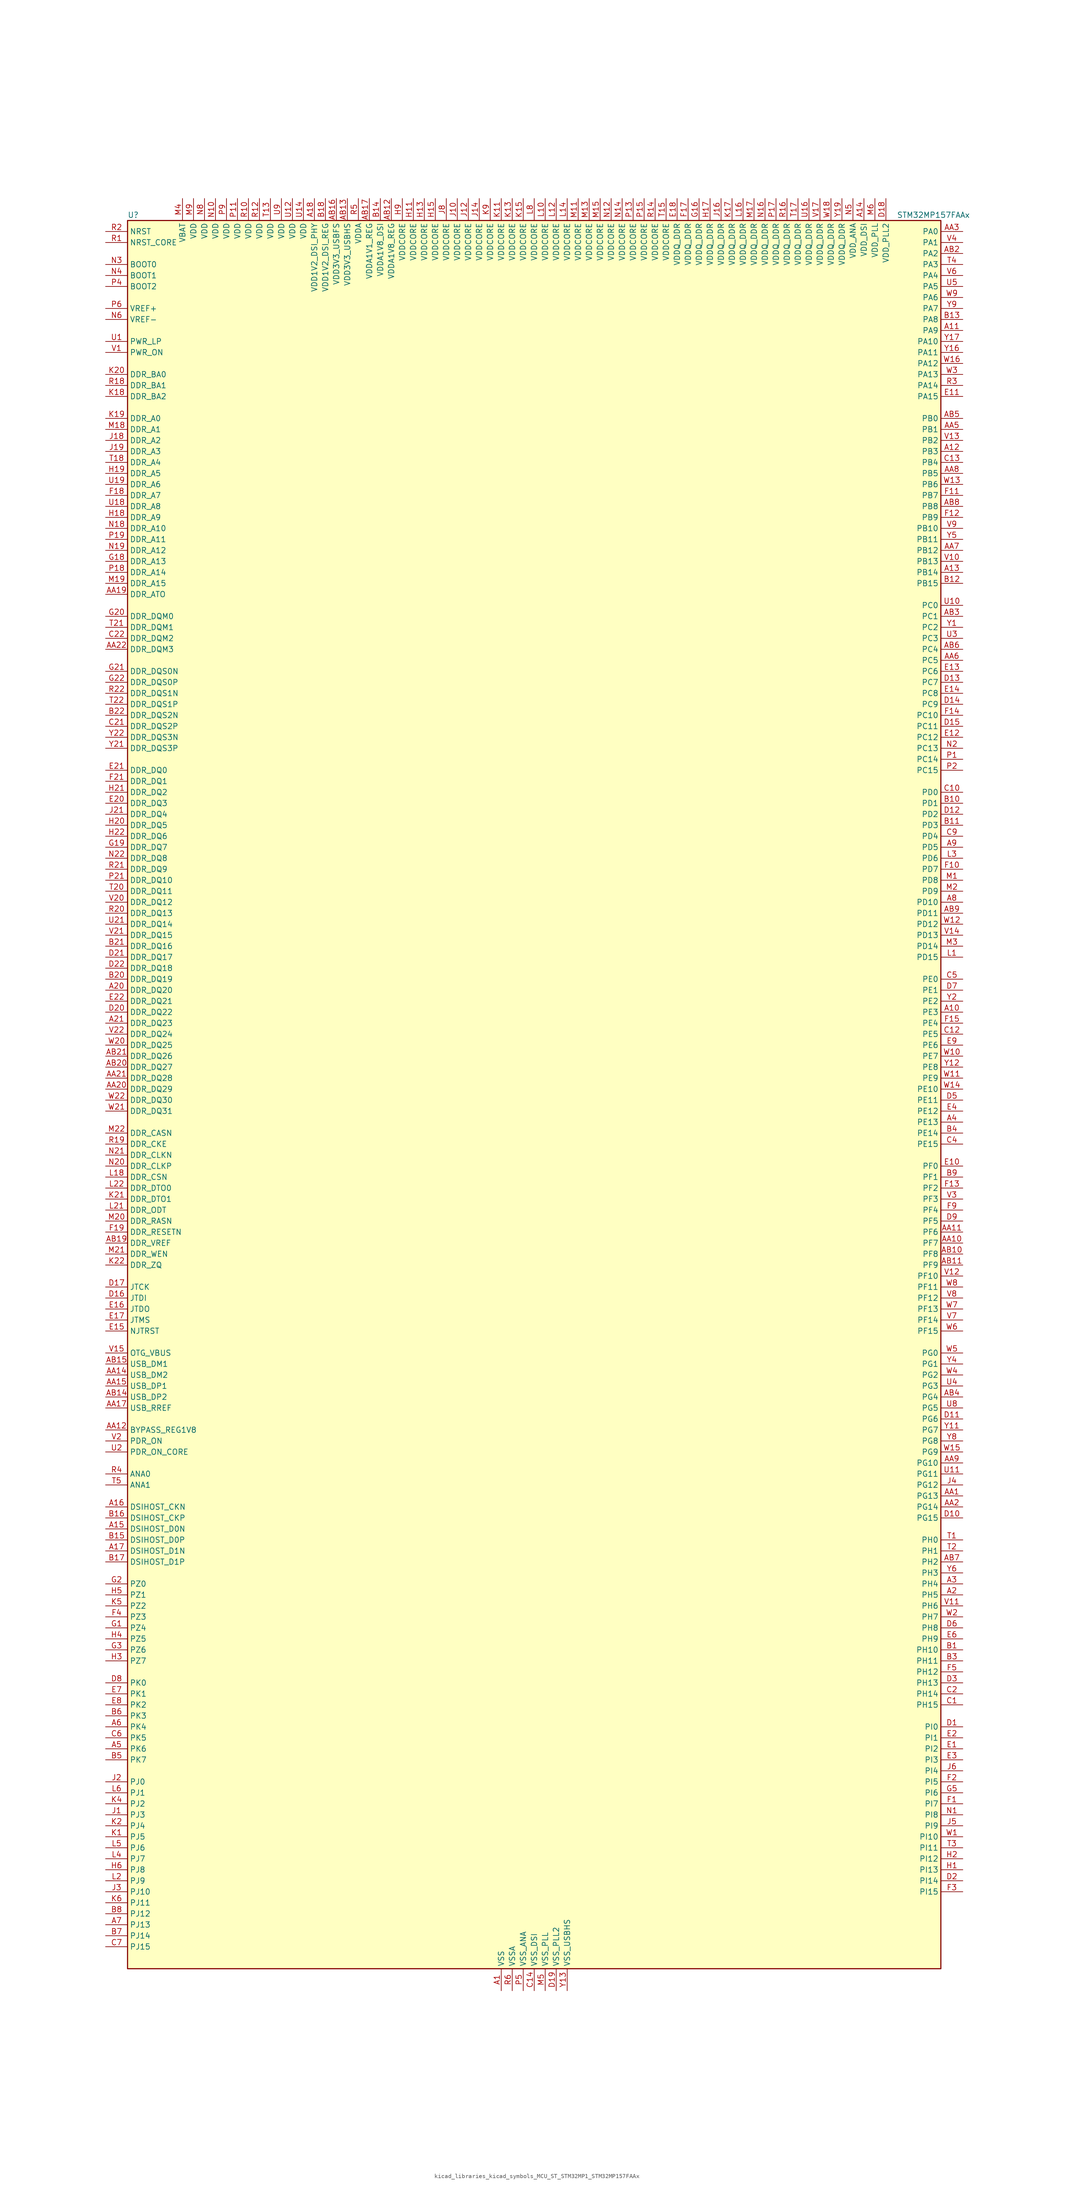
<source format=kicad_sym>
(kicad_symbol_lib
  (version 20220914)
  (generator kicad_symbol_editor)
  (symbol "kicad_libraries_kicad_symbols_MCU_ST_STM32MP1_STM32MP157FAAx"
    (property "Reference" "U"
      (at -93.98 204.47 0)
      (effects (font (size 1.27 1.27)) (justify left)))
    (property "Value" "STM32MP157FAAx"
      (at 83.82 204.47 0)
      (effects (font (size 1.27 1.27)) (justify left)))
    (property "ki_locked" ""
      (at 0 0 0)
      (effects (font (size 1.27 1.27))))
    (symbol "kicad_libraries_kicad_symbols_MCU_ST_STM32MP1_STM32MP157FAAx_0_1"
      (rectangle (start -93.98 -200.66) (end 93.98 203.2) (stroke (width 0.254) (type default)) (fill (type background))))
    (symbol "kicad_libraries_kicad_symbols_MCU_ST_STM32MP1_STM32MP157FAAx_1_1"
      (pin power_in line (at -7.62 -205.74 90) (length 5.08) (name "VSS" (effects (font (size 1.27 1.27)))) (number "A1" (effects (font (size 1.27 1.27)))))
      (pin bidirectional line (at 99.06 20.32 180) (length 5.08) (name "PE3" (effects (font (size 1.27 1.27)))) (number "A10" (effects (font (size 1.27 1.27)))) (alternate "DEBUG_TRACED0" bidirectional line) (alternate "FMC_A19" bidirectional line) (alternate "SAI1_SD_B" bidirectional line) (alternate "SDMMC2_CK" bidirectional line) (alternate "TIM15_BKIN" bidirectional line))
      (pin bidirectional line (at 99.06 177.8 180) (length 5.08) (name "PA9" (effects (font (size 1.27 1.27)))) (number "A11" (effects (font (size 1.27 1.27)))) (alternate "DAC1_EXTI9" bidirectional line) (alternate "DCMI_D0" bidirectional line) (alternate "I2C3_SMBA" bidirectional line) (alternate "I2S2_CK" bidirectional line) (alternate "LTDC_R5" bidirectional line) (alternate "SDMMC2_CDIR" bidirectional line) (alternate "SDMMC2_D5" bidirectional line) (alternate "SPI2_SCK" bidirectional line) (alternate "TIM1_CH2" bidirectional line) (alternate "USART1_TX" bidirectional line))
      (pin bidirectional line (at 99.06 149.86 180) (length 5.08) (name "PB3" (effects (font (size 1.27 1.27)))) (number "A12" (effects (font (size 1.27 1.27)))) (alternate "DEBUG_TRACED9" bidirectional line) (alternate "I2S1_CK" bidirectional line) (alternate "I2S3_CK" bidirectional line) (alternate "SAI4_CK1" bidirectional line) (alternate "SAI4_MCLK_A" bidirectional line) (alternate "SDMMC2_D2" bidirectional line) (alternate "SPI1_SCK" bidirectional line) (alternate "SPI3_SCK" bidirectional line) (alternate "SPI6_SCK" bidirectional line) (alternate "TIM2_CH2" bidirectional line) (alternate "UART7_RX" bidirectional line))
      (pin bidirectional line (at 99.06 121.92 180) (length 5.08) (name "PB14" (effects (font (size 1.27 1.27)))) (number "A13" (effects (font (size 1.27 1.27)))) (alternate "DFSDM1_DATIN2" bidirectional line) (alternate "I2S2_SDI" bidirectional line) (alternate "SDMMC2_D0" bidirectional line) (alternate "SPI2_MISO" bidirectional line) (alternate "TIM12_CH1" bidirectional line) (alternate "TIM1_CH2N" bidirectional line) (alternate "TIM8_CH2N" bidirectional line) (alternate "USART1_TX" bidirectional line) (alternate "USART3_DE" bidirectional line) (alternate "USART3_RTS" bidirectional line))
      (pin power_in line (at 76.2 208.28 270) (length 5.08) (name "VDD_DSI" (effects (font (size 1.27 1.27)))) (number "A14" (effects (font (size 1.27 1.27)))))
      (pin bidirectional line (at -99.06 -99.06 0) (length 5.08) (name "DSIHOST_D0N" (effects (font (size 1.27 1.27)))) (number "A15" (effects (font (size 1.27 1.27)))) (alternate "DSIHOST_D0N" bidirectional line))
      (pin bidirectional line (at -99.06 -93.98 0) (length 5.08) (name "DSIHOST_CKN" (effects (font (size 1.27 1.27)))) (number "A16" (effects (font (size 1.27 1.27)))) (alternate "DSIHOST_CKN" bidirectional line))
      (pin bidirectional line (at -99.06 -104.14 0) (length 5.08) (name "DSIHOST_D1N" (effects (font (size 1.27 1.27)))) (number "A17" (effects (font (size 1.27 1.27)))) (alternate "DSIHOST_D1N" bidirectional line))
      (pin power_in line (at -50.8 208.28 270) (length 5.08) (name "VDD1V2_DSI_PHY" (effects (font (size 1.27 1.27)))) (number "A18" (effects (font (size 1.27 1.27)))))
      (pin passive line (at -7.62 -205.74 90) (length 5.08) hide (name "VSS" (effects (font (size 1.27 1.27)))) (number "A19" (effects (font (size 1.27 1.27)))))
      (pin bidirectional line (at 99.06 -114.3 180) (length 5.08) (name "PH5" (effects (font (size 1.27 1.27)))) (number "A2" (effects (font (size 1.27 1.27)))) (alternate "I2C2_SDA" bidirectional line) (alternate "SAI4_SD_B" bidirectional line) (alternate "SPI5_NSS" bidirectional line))
      (pin bidirectional line (at -99.06 25.4 0) (length 5.08) (name "DDR_DQ20" (effects (font (size 1.27 1.27)))) (number "A20" (effects (font (size 1.27 1.27)))) (alternate "DDR_DQ20" bidirectional line))
      (pin bidirectional line (at -99.06 17.78 0) (length 5.08) (name "DDR_DQ23" (effects (font (size 1.27 1.27)))) (number "A21" (effects (font (size 1.27 1.27)))) (alternate "DDR_DQ23" bidirectional line))
      (pin passive line (at -7.62 -205.74 90) (length 5.08) hide (name "VSS" (effects (font (size 1.27 1.27)))) (number "A22" (effects (font (size 1.27 1.27)))))
      (pin bidirectional line (at 99.06 -111.76 180) (length 5.08) (name "PH4" (effects (font (size 1.27 1.27)))) (number "A3" (effects (font (size 1.27 1.27)))) (alternate "I2C2_SCL" bidirectional line) (alternate "LTDC_G4" bidirectional line) (alternate "LTDC_G5" bidirectional line))
      (pin bidirectional line (at 99.06 -5.08 180) (length 5.08) (name "PE13" (effects (font (size 1.27 1.27)))) (number "A4" (effects (font (size 1.27 1.27)))) (alternate "DCMI_D6" bidirectional line) (alternate "DFSDM1_CKIN5" bidirectional line) (alternate "FMC_D10" bidirectional line) (alternate "FMC_DA10" bidirectional line) (alternate "HDP_HDP2" bidirectional line) (alternate "LTDC_DE" bidirectional line) (alternate "SAI2_FS_B" bidirectional line) (alternate "SPI4_MISO" bidirectional line) (alternate "TIM1_CH3" bidirectional line))
      (pin bidirectional line (at -99.06 -149.86 0) (length 5.08) (name "PK6" (effects (font (size 1.27 1.27)))) (number "A5" (effects (font (size 1.27 1.27)))) (alternate "DEBUG_TRACED7" bidirectional line) (alternate "HDP_HDP7" bidirectional line) (alternate "LTDC_B7" bidirectional line))
      (pin bidirectional line (at -99.06 -144.78 0) (length 5.08) (name "PK4" (effects (font (size 1.27 1.27)))) (number "A6" (effects (font (size 1.27 1.27)))) (alternate "LTDC_B5" bidirectional line))
      (pin bidirectional line (at -99.06 -190.5 0) (length 5.08) (name "PJ13" (effects (font (size 1.27 1.27)))) (number "A7" (effects (font (size 1.27 1.27)))) (alternate "LTDC_B1" bidirectional line) (alternate "LTDC_G4" bidirectional line))
      (pin bidirectional line (at 99.06 45.72 180) (length 5.08) (name "PD10" (effects (font (size 1.27 1.27)))) (number "A8" (effects (font (size 1.27 1.27)))) (alternate "DFSDM1_CKOUT" bidirectional line) (alternate "FMC_D15" bidirectional line) (alternate "FMC_DA15" bidirectional line) (alternate "I2C5_SMBA" bidirectional line) (alternate "I2S3_SDI" bidirectional line) (alternate "LTDC_B3" bidirectional line) (alternate "RTC_REFIN" bidirectional line) (alternate "SAI3_FS_B" bidirectional line) (alternate "SPI3_MISO" bidirectional line) (alternate "TIM16_BKIN" bidirectional line) (alternate "USART3_CK" bidirectional line))
      (pin bidirectional line (at 99.06 58.42 180) (length 5.08) (name "PD5" (effects (font (size 1.27 1.27)))) (number "A9" (effects (font (size 1.27 1.27)))) (alternate "FMC_NWE" bidirectional line) (alternate "SDMMC3_D2" bidirectional line) (alternate "USART2_TX" bidirectional line))
      (pin bidirectional line (at 99.06 -91.44 180) (length 5.08) (name "PG13" (effects (font (size 1.27 1.27)))) (number "AA1" (effects (font (size 1.27 1.27)))) (alternate "DEBUG_TRACED0" bidirectional line) (alternate "ETH1_TXD0" bidirectional line) (alternate "FMC_A24" bidirectional line) (alternate "LPTIM1_OUT" bidirectional line) (alternate "LTDC_R0" bidirectional line) (alternate "SAI1_CK2" bidirectional line) (alternate "SAI1_SCK_A" bidirectional line) (alternate "SAI4_CK1" bidirectional line) (alternate "SAI4_MCLK_A" bidirectional line) (alternate "SPI6_SCK" bidirectional line) (alternate "USART6_CTS" bidirectional line) (alternate "USART6_NSS" bidirectional line))
      (pin bidirectional line (at 99.06 -33.02 180) (length 5.08) (name "PF7" (effects (font (size 1.27 1.27)))) (number "AA10" (effects (font (size 1.27 1.27)))) (alternate "QUADSPI_BK1_IO2" bidirectional line) (alternate "SAI1_MCLK_B" bidirectional line) (alternate "SPI5_SCK" bidirectional line) (alternate "TIM17_CH1" bidirectional line) (alternate "UART7_TX" bidirectional line))
      (pin bidirectional line (at 99.06 -30.48 180) (length 5.08) (name "PF6" (effects (font (size 1.27 1.27)))) (number "AA11" (effects (font (size 1.27 1.27)))) (alternate "QUADSPI_BK1_IO3" bidirectional line) (alternate "SAI1_SD_B" bidirectional line) (alternate "SAI4_SCK_B" bidirectional line) (alternate "SPI5_NSS" bidirectional line) (alternate "TIM16_CH1" bidirectional line) (alternate "UART7_RX" bidirectional line))
      (pin bidirectional line (at -99.06 -76.2 0) (length 5.08) (name "BYPASS_REG1V8" (effects (font (size 1.27 1.27)))) (number "AA12" (effects (font (size 1.27 1.27)))))
      (pin passive line (at 7.62 -205.74 90) (length 5.08) hide (name "VSS_USBHS" (effects (font (size 1.27 1.27)))) (number "AA13" (effects (font (size 1.27 1.27)))))
      (pin bidirectional line (at -99.06 -63.5 0) (length 5.08) (name "USB_DM2" (effects (font (size 1.27 1.27)))) (number "AA14" (effects (font (size 1.27 1.27)))) (alternate "USBH_HS2_DM" bidirectional line) (alternate "USB_OTG_HS_DM" bidirectional line))
      (pin bidirectional line (at -99.06 -66.04 0) (length 5.08) (name "USB_DP1" (effects (font (size 1.27 1.27)))) (number "AA15" (effects (font (size 1.27 1.27)))) (alternate "USBH_HS1_DP" bidirectional line))
      (pin passive line (at 7.62 -205.74 90) (length 5.08) hide (name "VSS_USBHS" (effects (font (size 1.27 1.27)))) (number "AA16" (effects (font (size 1.27 1.27)))))
      (pin bidirectional line (at -99.06 -71.12 0) (length 5.08) (name "USB_RREF" (effects (font (size 1.27 1.27)))) (number "AA17" (effects (font (size 1.27 1.27)))))
      (pin passive line (at -7.62 -205.74 90) (length 5.08) hide (name "VSS" (effects (font (size 1.27 1.27)))) (number "AA18" (effects (font (size 1.27 1.27)))))
      (pin bidirectional line (at -99.06 116.84 0) (length 5.08) (name "DDR_ATO" (effects (font (size 1.27 1.27)))) (number "AA19" (effects (font (size 1.27 1.27)))) (alternate "DDR_ATO" bidirectional line))
      (pin bidirectional line (at 99.06 -93.98 180) (length 5.08) (name "PG14" (effects (font (size 1.27 1.27)))) (number "AA2" (effects (font (size 1.27 1.27)))) (alternate "DEBUG_TRACED1" bidirectional line) (alternate "ETH1_TXD1" bidirectional line) (alternate "FMC_A25" bidirectional line) (alternate "LPTIM1_ETR" bidirectional line) (alternate "LTDC_B0" bidirectional line) (alternate "QUADSPI_BK2_IO3" bidirectional line) (alternate "SAI4_D1" bidirectional line) (alternate "SAI4_SD_A" bidirectional line) (alternate "SPI6_MOSI" bidirectional line) (alternate "USART6_TX" bidirectional line))
      (pin bidirectional line (at -99.06 2.54 0) (length 5.08) (name "DDR_DQ29" (effects (font (size 1.27 1.27)))) (number "AA20" (effects (font (size 1.27 1.27)))) (alternate "DDR_DQ29" bidirectional line))
      (pin bidirectional line (at -99.06 5.08 0) (length 5.08) (name "DDR_DQ28" (effects (font (size 1.27 1.27)))) (number "AA21" (effects (font (size 1.27 1.27)))) (alternate "DDR_DQ28" bidirectional line))
      (pin bidirectional line (at -99.06 104.14 0) (length 5.08) (name "DDR_DQM3" (effects (font (size 1.27 1.27)))) (number "AA22" (effects (font (size 1.27 1.27)))) (alternate "DDR_DQM3" bidirectional line))
      (pin bidirectional line (at 99.06 200.66 180) (length 5.08) (name "PA0" (effects (font (size 1.27 1.27)))) (number "AA3" (effects (font (size 1.27 1.27)))) (alternate "ADC1_INP16" bidirectional line) (alternate "ETH1_CRS" bidirectional line) (alternate "PWR_WKUP1" bidirectional line) (alternate "SAI2_SD_B" bidirectional line) (alternate "SDMMC2_CMD" bidirectional line) (alternate "TIM15_BKIN" bidirectional line) (alternate "TIM2_CH1" bidirectional line) (alternate "TIM2_ETR" bidirectional line) (alternate "TIM5_CH1" bidirectional line) (alternate "TIM8_ETR" bidirectional line) (alternate "UART4_TX" bidirectional line) (alternate "USART2_CTS" bidirectional line) (alternate "USART2_NSS" bidirectional line))
      (pin passive line (at -7.62 -205.74 90) (length 5.08) hide (name "VSS" (effects (font (size 1.27 1.27)))) (number "AA4" (effects (font (size 1.27 1.27)))))
      (pin bidirectional line (at 99.06 154.94 180) (length 5.08) (name "PB1" (effects (font (size 1.27 1.27)))) (number "AA5" (effects (font (size 1.27 1.27)))) (alternate "ADC1_INP5" bidirectional line) (alternate "ADC2_INP5" bidirectional line) (alternate "DFSDM1_DATIN1" bidirectional line) (alternate "ETH1_RXD3" bidirectional line) (alternate "LTDC_G0" bidirectional line) (alternate "LTDC_R6" bidirectional line) (alternate "TIM1_CH3N" bidirectional line) (alternate "TIM3_CH4" bidirectional line) (alternate "TIM8_CH3N" bidirectional line))
      (pin bidirectional line (at 99.06 101.6 180) (length 5.08) (name "PC5" (effects (font (size 1.27 1.27)))) (number "AA6" (effects (font (size 1.27 1.27)))) (alternate "ADC1_INN4" bidirectional line) (alternate "ADC1_INP8" bidirectional line) (alternate "ADC2_INN4" bidirectional line) (alternate "ADC2_INP8" bidirectional line) (alternate "DFSDM1_DATIN2" bidirectional line) (alternate "ETH1_RXD1" bidirectional line) (alternate "SAI1_D3" bidirectional line) (alternate "SAI1_D4" bidirectional line) (alternate "SAI4_D3" bidirectional line) (alternate "SAI4_D4" bidirectional line) (alternate "SPDIFRX_IN3" bidirectional line))
      (pin bidirectional line (at 99.06 127 180) (length 5.08) (name "PB12" (effects (font (size 1.27 1.27)))) (number "AA7" (effects (font (size 1.27 1.27)))) (alternate "DFSDM1_DATIN1" bidirectional line) (alternate "ETH1_TXD0" bidirectional line) (alternate "FDCAN2_RX" bidirectional line) (alternate "I2C2_SMBA" bidirectional line) (alternate "I2C6_SMBA" bidirectional line) (alternate "I2S2_WS" bidirectional line) (alternate "SPI2_NSS" bidirectional line) (alternate "TIM1_BKIN" bidirectional line) (alternate "UART5_RX" bidirectional line) (alternate "USART3_CK" bidirectional line) (alternate "USART3_RX" bidirectional line))
      (pin bidirectional line (at 99.06 144.78 180) (length 5.08) (name "PB5" (effects (font (size 1.27 1.27)))) (number "AA8" (effects (font (size 1.27 1.27)))) (alternate "DCMI_D10" bidirectional line) (alternate "ETH1_CLK" bidirectional line) (alternate "ETH1_PPS_OUT" bidirectional line) (alternate "FDCAN2_RX" bidirectional line) (alternate "I2C1_SMBA" bidirectional line) (alternate "I2C4_SMBA" bidirectional line) (alternate "I2S1_SDO" bidirectional line) (alternate "I2S3_SDO" bidirectional line) (alternate "LTDC_G7" bidirectional line) (alternate "SAI4_D1" bidirectional line) (alternate "SAI4_SD_A" bidirectional line) (alternate "SPI1_MOSI" bidirectional line) (alternate "SPI3_MOSI" bidirectional line) (alternate "SPI6_MOSI" bidirectional line) (alternate "TIM17_BKIN" bidirectional line) (alternate "TIM3_CH2" bidirectional line) (alternate "UART5_RX" bidirectional line))
      (pin bidirectional line (at 99.06 -83.82 180) (length 5.08) (name "PG10" (effects (font (size 1.27 1.27)))) (number "AA9" (effects (font (size 1.27 1.27)))) (alternate "DCMI_D2" bidirectional line) (alternate "DEBUG_TRACED10" bidirectional line) (alternate "FMC_NE3" bidirectional line) (alternate "LTDC_B2" bidirectional line) (alternate "LTDC_G3" bidirectional line) (alternate "QUADSPI_BK2_IO2" bidirectional line) (alternate "SAI2_SD_B" bidirectional line) (alternate "UART8_CTS" bidirectional line))
      (pin passive line (at -7.62 -205.74 90) (length 5.08) hide (name "VSS" (effects (font (size 1.27 1.27)))) (number "AB1" (effects (font (size 1.27 1.27)))))
      (pin bidirectional line (at 99.06 -35.56 180) (length 5.08) (name "PF8" (effects (font (size 1.27 1.27)))) (number "AB10" (effects (font (size 1.27 1.27)))) (alternate "DEBUG_TRACED12" bidirectional line) (alternate "QUADSPI_BK1_IO0" bidirectional line) (alternate "SAI1_SCK_B" bidirectional line) (alternate "SPI5_MISO" bidirectional line) (alternate "TIM13_CH1" bidirectional line) (alternate "TIM16_CH1N" bidirectional line) (alternate "UART7_DE" bidirectional line) (alternate "UART7_RTS" bidirectional line))
      (pin bidirectional line (at 99.06 -38.1 180) (length 5.08) (name "PF9" (effects (font (size 1.27 1.27)))) (number "AB11" (effects (font (size 1.27 1.27)))) (alternate "DAC1_EXTI9" bidirectional line) (alternate "DEBUG_TRACED13" bidirectional line) (alternate "QUADSPI_BK1_IO1" bidirectional line) (alternate "SAI1_FS_B" bidirectional line) (alternate "SPI5_MOSI" bidirectional line) (alternate "TIM14_CH1" bidirectional line) (alternate "TIM17_CH1N" bidirectional line) (alternate "UART7_CTS" bidirectional line))
      (pin power_in line (at -33.02 208.28 270) (length 5.08) (name "VDDA1V8_REG" (effects (font (size 1.27 1.27)))) (number "AB12" (effects (font (size 1.27 1.27)))))
      (pin power_in line (at -43.18 208.28 270) (length 5.08) (name "VDD3V3_USBHS" (effects (font (size 1.27 1.27)))) (number "AB13" (effects (font (size 1.27 1.27)))))
      (pin bidirectional line (at -99.06 -68.58 0) (length 5.08) (name "USB_DP2" (effects (font (size 1.27 1.27)))) (number "AB14" (effects (font (size 1.27 1.27)))) (alternate "USBH_HS2_DP" bidirectional line) (alternate "USB_OTG_HS_DP" bidirectional line))
      (pin bidirectional line (at -99.06 -60.96 0) (length 5.08) (name "USB_DM1" (effects (font (size 1.27 1.27)))) (number "AB15" (effects (font (size 1.27 1.27)))) (alternate "USBH_HS1_DM" bidirectional line))
      (pin power_in line (at -45.72 208.28 270) (length 5.08) (name "VDD3V3_USBFS" (effects (font (size 1.27 1.27)))) (number "AB16" (effects (font (size 1.27 1.27)))))
      (pin power_in line (at -38.1 208.28 270) (length 5.08) (name "VDDA1V1_REG" (effects (font (size 1.27 1.27)))) (number "AB17" (effects (font (size 1.27 1.27)))))
      (pin passive line (at -7.62 -205.74 90) (length 5.08) hide (name "VSS" (effects (font (size 1.27 1.27)))) (number "AB18" (effects (font (size 1.27 1.27)))))
      (pin bidirectional line (at -99.06 -33.02 0) (length 5.08) (name "DDR_VREF" (effects (font (size 1.27 1.27)))) (number "AB19" (effects (font (size 1.27 1.27)))) (alternate "DDR_VREF" bidirectional line))
      (pin bidirectional line (at 99.06 195.58 180) (length 5.08) (name "PA2" (effects (font (size 1.27 1.27)))) (number "AB2" (effects (font (size 1.27 1.27)))) (alternate "ADC1_INP14" bidirectional line) (alternate "ETH1_MDIO" bidirectional line) (alternate "LPTIM4_OUT" bidirectional line) (alternate "LTDC_R1" bidirectional line) (alternate "PWR_WKUP2" bidirectional line) (alternate "SAI2_SCK_B" bidirectional line) (alternate "SDMMC2_D0DIR" bidirectional line) (alternate "TIM15_CH1" bidirectional line) (alternate "TIM2_CH3" bidirectional line) (alternate "TIM5_CH3" bidirectional line) (alternate "USART2_TX" bidirectional line))
      (pin bidirectional line (at -99.06 7.62 0) (length 5.08) (name "DDR_DQ27" (effects (font (size 1.27 1.27)))) (number "AB20" (effects (font (size 1.27 1.27)))) (alternate "DDR_DQ27" bidirectional line))
      (pin bidirectional line (at -99.06 10.16 0) (length 5.08) (name "DDR_DQ26" (effects (font (size 1.27 1.27)))) (number "AB21" (effects (font (size 1.27 1.27)))) (alternate "DDR_DQ26" bidirectional line))
      (pin passive line (at -7.62 -205.74 90) (length 5.08) hide (name "VSS" (effects (font (size 1.27 1.27)))) (number "AB22" (effects (font (size 1.27 1.27)))))
      (pin bidirectional line (at 99.06 111.76 180) (length 5.08) (name "PC1" (effects (font (size 1.27 1.27)))) (number "AB3" (effects (font (size 1.27 1.27)))) (alternate "ADC1_INN10" bidirectional line) (alternate "ADC1_INP11" bidirectional line) (alternate "ADC2_INN10" bidirectional line) (alternate "ADC2_INP11" bidirectional line) (alternate "DEBUG_TRACED0" bidirectional line) (alternate "DFSDM1_CKIN4" bidirectional line) (alternate "DFSDM1_DATIN0" bidirectional line) (alternate "ETH1_MDC" bidirectional line) (alternate "I2S2_SDO" bidirectional line) (alternate "PWR_WKUP6" bidirectional line) (alternate "SAI1_D1" bidirectional line) (alternate "SAI1_SD_A" bidirectional line) (alternate "SDMMC2_CK" bidirectional line) (alternate "SPI2_MOSI" bidirectional line) (alternate "TAMP_IN3" bidirectional line))
      (pin bidirectional line (at 99.06 -68.58 180) (length 5.08) (name "PG4" (effects (font (size 1.27 1.27)))) (number "AB4" (effects (font (size 1.27 1.27)))) (alternate "ETH1_GTX_CLK" bidirectional line) (alternate "FMC_A14" bidirectional line) (alternate "TIM1_BKIN2" bidirectional line))
      (pin bidirectional line (at 99.06 157.48 180) (length 5.08) (name "PB0" (effects (font (size 1.27 1.27)))) (number "AB5" (effects (font (size 1.27 1.27)))) (alternate "ADC1_INN5" bidirectional line) (alternate "ADC1_INP9" bidirectional line) (alternate "ADC2_INN5" bidirectional line) (alternate "ADC2_INP9" bidirectional line) (alternate "DFSDM1_CKOUT" bidirectional line) (alternate "ETH1_RXD2" bidirectional line) (alternate "LTDC_G1" bidirectional line) (alternate "LTDC_R3" bidirectional line) (alternate "TIM1_CH2N" bidirectional line) (alternate "TIM3_CH3" bidirectional line) (alternate "TIM8_CH2N" bidirectional line) (alternate "UART4_CTS" bidirectional line))
      (pin bidirectional line (at 99.06 104.14 180) (length 5.08) (name "PC4" (effects (font (size 1.27 1.27)))) (number "AB6" (effects (font (size 1.27 1.27)))) (alternate "ADC1_INP4" bidirectional line) (alternate "ADC2_INP4" bidirectional line) (alternate "DFSDM1_CKIN2" bidirectional line) (alternate "ETH1_RXD0" bidirectional line) (alternate "I2S1_MCK" bidirectional line) (alternate "SPDIFRX_IN2" bidirectional line))
      (pin bidirectional line (at 99.06 -106.68 180) (length 5.08) (name "PH2" (effects (font (size 1.27 1.27)))) (number "AB7" (effects (font (size 1.27 1.27)))) (alternate "ETH1_CRS" bidirectional line) (alternate "LPTIM1_IN2" bidirectional line) (alternate "LTDC_R0" bidirectional line) (alternate "QUADSPI_BK2_IO0" bidirectional line) (alternate "SAI2_SCK_B" bidirectional line))
      (pin bidirectional line (at 99.06 137.16 180) (length 5.08) (name "PB8" (effects (font (size 1.27 1.27)))) (number "AB8" (effects (font (size 1.27 1.27)))) (alternate "DCMI_D6" bidirectional line) (alternate "DFSDM1_CKIN7" bidirectional line) (alternate "ETH1_TXD3" bidirectional line) (alternate "FDCAN1_RX" bidirectional line) (alternate "HDP_HDP6" bidirectional line) (alternate "I2C1_SCL" bidirectional line) (alternate "I2C4_SCL" bidirectional line) (alternate "LTDC_B6" bidirectional line) (alternate "SDMMC1_CKIN" bidirectional line) (alternate "SDMMC1_D4" bidirectional line) (alternate "SDMMC2_CKIN" bidirectional line) (alternate "SDMMC2_D4" bidirectional line) (alternate "TIM16_CH1" bidirectional line) (alternate "TIM4_CH3" bidirectional line) (alternate "UART4_RX" bidirectional line))
      (pin bidirectional line (at 99.06 43.18 180) (length 5.08) (name "PD11" (effects (font (size 1.27 1.27)))) (number "AB9" (effects (font (size 1.27 1.27)))) (alternate "ADC1_EXTI11" bidirectional line) (alternate "ADC2_EXTI11" bidirectional line) (alternate "FMC_A16" bidirectional line) (alternate "FMC_CLE" bidirectional line) (alternate "I2C1_SMBA" bidirectional line) (alternate "I2C4_SMBA" bidirectional line) (alternate "LPTIM2_IN2" bidirectional line) (alternate "QUADSPI_BK1_IO0" bidirectional line) (alternate "SAI2_SD_A" bidirectional line) (alternate "USART3_CTS" bidirectional line) (alternate "USART3_NSS" bidirectional line))
      (pin bidirectional line (at 99.06 -127 180) (length 5.08) (name "PH10" (effects (font (size 1.27 1.27)))) (number "B1" (effects (font (size 1.27 1.27)))) (alternate "DCMI_D1" bidirectional line) (alternate "I2C1_SMBA" bidirectional line) (alternate "I2C4_SMBA" bidirectional line) (alternate "LTDC_R4" bidirectional line) (alternate "TIM5_CH1" bidirectional line))
      (pin bidirectional line (at 99.06 68.58 180) (length 5.08) (name "PD1" (effects (font (size 1.27 1.27)))) (number "B10" (effects (font (size 1.27 1.27)))) (alternate "DFSDM1_CKIN7" bidirectional line) (alternate "DFSDM1_DATIN6" bidirectional line) (alternate "FDCAN1_TX" bidirectional line) (alternate "FMC_D3" bidirectional line) (alternate "FMC_DA3" bidirectional line) (alternate "I2C5_SCL" bidirectional line) (alternate "I2C6_SCL" bidirectional line) (alternate "SAI3_SD_A" bidirectional line) (alternate "SDMMC3_D0" bidirectional line) (alternate "UART4_TX" bidirectional line))
      (pin bidirectional line (at 99.06 63.5 180) (length 5.08) (name "PD3" (effects (font (size 1.27 1.27)))) (number "B11" (effects (font (size 1.27 1.27)))) (alternate "DCMI_D5" bidirectional line) (alternate "DFSDM1_CKOUT" bidirectional line) (alternate "DFSDM1_DATIN0" bidirectional line) (alternate "FMC_CLK" bidirectional line) (alternate "HDP_HDP5" bidirectional line) (alternate "I2S2_CK" bidirectional line) (alternate "LTDC_G7" bidirectional line) (alternate "SDMMC1_D123DIR" bidirectional line) (alternate "SDMMC1_D7" bidirectional line) (alternate "SDMMC2_D123DIR" bidirectional line) (alternate "SDMMC2_D7" bidirectional line) (alternate "SPI2_SCK" bidirectional line) (alternate "USART2_CTS" bidirectional line) (alternate "USART2_NSS" bidirectional line))
      (pin bidirectional line (at 99.06 119.38 180) (length 5.08) (name "PB15" (effects (font (size 1.27 1.27)))) (number "B12" (effects (font (size 1.27 1.27)))) (alternate "ADC1_EXTI15" bidirectional line) (alternate "ADC2_EXTI15" bidirectional line) (alternate "DFSDM1_CKIN2" bidirectional line) (alternate "I2S2_SDO" bidirectional line) (alternate "RTC_REFIN" bidirectional line) (alternate "SDMMC2_D1" bidirectional line) (alternate "SPI2_MOSI" bidirectional line) (alternate "TIM12_CH2" bidirectional line) (alternate "TIM1_CH3N" bidirectional line) (alternate "TIM8_CH3N" bidirectional line) (alternate "USART1_RX" bidirectional line))
      (pin bidirectional line (at 99.06 180.34 180) (length 5.08) (name "PA8" (effects (font (size 1.27 1.27)))) (number "B13" (effects (font (size 1.27 1.27)))) (alternate "I2C3_SCL" bidirectional line) (alternate "I2S3_SDO" bidirectional line) (alternate "LTDC_R6" bidirectional line) (alternate "RCC_MCO_1" bidirectional line) (alternate "SAI4_SD_B" bidirectional line) (alternate "SDMMC2_CKIN" bidirectional line) (alternate "SDMMC2_D4" bidirectional line) (alternate "SPI3_MOSI" bidirectional line) (alternate "TIM1_CH1" bidirectional line) (alternate "TIM8_BKIN2" bidirectional line) (alternate "UART7_RX" bidirectional line) (alternate "USART1_CK" bidirectional line) (alternate "USB_OTG_HS_SOF" bidirectional line))
      (pin power_in line (at -35.56 208.28 270) (length 5.08) (name "VDDA1V8_DSI" (effects (font (size 1.27 1.27)))) (number "B14" (effects (font (size 1.27 1.27)))))
      (pin bidirectional line (at -99.06 -101.6 0) (length 5.08) (name "DSIHOST_D0P" (effects (font (size 1.27 1.27)))) (number "B15" (effects (font (size 1.27 1.27)))) (alternate "DSIHOST_D0P" bidirectional line))
      (pin bidirectional line (at -99.06 -96.52 0) (length 5.08) (name "DSIHOST_CKP" (effects (font (size 1.27 1.27)))) (number "B16" (effects (font (size 1.27 1.27)))) (alternate "DSIHOST_CKP" bidirectional line))
      (pin bidirectional line (at -99.06 -106.68 0) (length 5.08) (name "DSIHOST_D1P" (effects (font (size 1.27 1.27)))) (number "B17" (effects (font (size 1.27 1.27)))) (alternate "DSIHOST_D1P" bidirectional line))
      (pin power_in line (at -48.26 208.28 270) (length 5.08) (name "VDD1V2_DSI_REG" (effects (font (size 1.27 1.27)))) (number "B18" (effects (font (size 1.27 1.27)))))
      (pin passive line (at -7.62 -205.74 90) (length 5.08) hide (name "VSS" (effects (font (size 1.27 1.27)))) (number "B19" (effects (font (size 1.27 1.27)))))
      (pin passive line (at -7.62 -205.74 90) (length 5.08) hide (name "VSS" (effects (font (size 1.27 1.27)))) (number "B2" (effects (font (size 1.27 1.27)))))
      (pin bidirectional line (at -99.06 27.94 0) (length 5.08) (name "DDR_DQ19" (effects (font (size 1.27 1.27)))) (number "B20" (effects (font (size 1.27 1.27)))) (alternate "DDR_DQ19" bidirectional line))
      (pin bidirectional line (at -99.06 35.56 0) (length 5.08) (name "DDR_DQ16" (effects (font (size 1.27 1.27)))) (number "B21" (effects (font (size 1.27 1.27)))) (alternate "DDR_DQ16" bidirectional line))
      (pin bidirectional line (at -99.06 88.9 0) (length 5.08) (name "DDR_DQS2N" (effects (font (size 1.27 1.27)))) (number "B22" (effects (font (size 1.27 1.27)))) (alternate "DDR_DQS2N" bidirectional line))
      (pin bidirectional line (at 99.06 -129.54 180) (length 5.08) (name "PH11" (effects (font (size 1.27 1.27)))) (number "B3" (effects (font (size 1.27 1.27)))) (alternate "ADC1_EXTI11" bidirectional line) (alternate "ADC2_EXTI11" bidirectional line) (alternate "DCMI_D2" bidirectional line) (alternate "I2C1_SCL" bidirectional line) (alternate "I2C4_SCL" bidirectional line) (alternate "LTDC_R5" bidirectional line) (alternate "TIM5_CH2" bidirectional line))
      (pin bidirectional line (at 99.06 -7.62 180) (length 5.08) (name "PE14" (effects (font (size 1.27 1.27)))) (number "B4" (effects (font (size 1.27 1.27)))) (alternate "FMC_D11" bidirectional line) (alternate "FMC_DA11" bidirectional line) (alternate "LTDC_CLK" bidirectional line) (alternate "LTDC_G0" bidirectional line) (alternate "SAI2_MCLK_B" bidirectional line) (alternate "SDMMC1_D123DIR" bidirectional line) (alternate "SPI4_MOSI" bidirectional line) (alternate "TIM1_CH4" bidirectional line) (alternate "UART8_DE" bidirectional line) (alternate "UART8_RTS" bidirectional line))
      (pin bidirectional line (at -99.06 -152.4 0) (length 5.08) (name "PK7" (effects (font (size 1.27 1.27)))) (number "B5" (effects (font (size 1.27 1.27)))) (alternate "LTDC_DE" bidirectional line))
      (pin bidirectional line (at -99.06 -142.24 0) (length 5.08) (name "PK3" (effects (font (size 1.27 1.27)))) (number "B6" (effects (font (size 1.27 1.27)))) (alternate "LTDC_B4" bidirectional line))
      (pin bidirectional line (at -99.06 -193.04 0) (length 5.08) (name "PJ14" (effects (font (size 1.27 1.27)))) (number "B7" (effects (font (size 1.27 1.27)))) (alternate "LTDC_B2" bidirectional line))
      (pin bidirectional line (at -99.06 -187.96 0) (length 5.08) (name "PJ12" (effects (font (size 1.27 1.27)))) (number "B8" (effects (font (size 1.27 1.27)))) (alternate "LTDC_B0" bidirectional line) (alternate "LTDC_G3" bidirectional line))
      (pin bidirectional line (at 99.06 -17.78 180) (length 5.08) (name "PF1" (effects (font (size 1.27 1.27)))) (number "B9" (effects (font (size 1.27 1.27)))) (alternate "FMC_A1" bidirectional line) (alternate "I2C2_SCL" bidirectional line) (alternate "SDMMC3_CDIR" bidirectional line) (alternate "SDMMC3_CMD" bidirectional line))
      (pin bidirectional line (at 99.06 -139.7 180) (length 5.08) (name "PH15" (effects (font (size 1.27 1.27)))) (number "C1" (effects (font (size 1.27 1.27)))) (alternate "ADC1_EXTI15" bidirectional line) (alternate "ADC2_EXTI15" bidirectional line) (alternate "DCMI_D11" bidirectional line) (alternate "LTDC_G4" bidirectional line) (alternate "TIM8_CH3N" bidirectional line))
      (pin bidirectional line (at 99.06 71.12 180) (length 5.08) (name "PD0" (effects (font (size 1.27 1.27)))) (number "C10" (effects (font (size 1.27 1.27)))) (alternate "DFSDM1_CKIN6" bidirectional line) (alternate "DFSDM1_DATIN7" bidirectional line) (alternate "FDCAN1_RX" bidirectional line) (alternate "FMC_D2" bidirectional line) (alternate "FMC_DA2" bidirectional line) (alternate "I2C5_SDA" bidirectional line) (alternate "I2C6_SDA" bidirectional line) (alternate "SAI3_SCK_A" bidirectional line) (alternate "SDMMC3_CMD" bidirectional line) (alternate "UART4_RX" bidirectional line))
      (pin passive line (at -7.62 -205.74 90) (length 5.08) hide (name "VSS" (effects (font (size 1.27 1.27)))) (number "C11" (effects (font (size 1.27 1.27)))))
      (pin bidirectional line (at 99.06 15.24 180) (length 5.08) (name "PE5" (effects (font (size 1.27 1.27)))) (number "C12" (effects (font (size 1.27 1.27)))) (alternate "DCMI_D6" bidirectional line) (alternate "DEBUG_TRACED3" bidirectional line) (alternate "DFSDM1_CKIN3" bidirectional line) (alternate "FMC_A21" bidirectional line) (alternate "LTDC_G0" bidirectional line) (alternate "SAI1_CK2" bidirectional line) (alternate "SAI1_SCK_A" bidirectional line) (alternate "SDMMC1_D0DIR" bidirectional line) (alternate "SDMMC1_D6" bidirectional line) (alternate "SDMMC2_D0DIR" bidirectional line) (alternate "SDMMC2_D6" bidirectional line) (alternate "SPI4_MISO" bidirectional line) (alternate "TIM15_CH1" bidirectional line))
      (pin bidirectional line (at 99.06 147.32 180) (length 5.08) (name "PB4" (effects (font (size 1.27 1.27)))) (number "C13" (effects (font (size 1.27 1.27)))) (alternate "DEBUG_TRACED8" bidirectional line) (alternate "I2S1_SDI" bidirectional line) (alternate "I2S2_WS" bidirectional line) (alternate "I2S3_SDI" bidirectional line) (alternate "SAI4_CK2" bidirectional line) (alternate "SAI4_SCK_A" bidirectional line) (alternate "SDMMC2_D3" bidirectional line) (alternate "SPI1_MISO" bidirectional line) (alternate "SPI2_NSS" bidirectional line) (alternate "SPI3_MISO" bidirectional line) (alternate "SPI6_MISO" bidirectional line) (alternate "TIM16_BKIN" bidirectional line) (alternate "TIM3_CH1" bidirectional line) (alternate "UART7_TX" bidirectional line))
      (pin power_in line (at 0 -205.74 90) (length 5.08) (name "VSS_DSI" (effects (font (size 1.27 1.27)))) (number "C14" (effects (font (size 1.27 1.27)))))
      (pin passive line (at 0 -205.74 90) (length 5.08) hide (name "VSS_DSI" (effects (font (size 1.27 1.27)))) (number "C15" (effects (font (size 1.27 1.27)))))
      (pin passive line (at 0 -205.74 90) (length 5.08) hide (name "VSS_DSI" (effects (font (size 1.27 1.27)))) (number "C16" (effects (font (size 1.27 1.27)))))
      (pin passive line (at 0 -205.74 90) (length 5.08) hide (name "VSS_DSI" (effects (font (size 1.27 1.27)))) (number "C17" (effects (font (size 1.27 1.27)))))
      (pin passive line (at 0 -205.74 90) (length 5.08) hide (name "VSS_DSI" (effects (font (size 1.27 1.27)))) (number "C18" (effects (font (size 1.27 1.27)))))
      (pin passive line (at -7.62 -205.74 90) (length 5.08) hide (name "VSS" (effects (font (size 1.27 1.27)))) (number "C19" (effects (font (size 1.27 1.27)))))
      (pin bidirectional line (at 99.06 -137.16 180) (length 5.08) (name "PH14" (effects (font (size 1.27 1.27)))) (number "C2" (effects (font (size 1.27 1.27)))) (alternate "DCMI_D4" bidirectional line) (alternate "FDCAN1_RX" bidirectional line) (alternate "LTDC_G3" bidirectional line) (alternate "TIM8_CH2N" bidirectional line) (alternate "UART4_RX" bidirectional line))
      (pin passive line (at -7.62 -205.74 90) (length 5.08) hide (name "VSS" (effects (font (size 1.27 1.27)))) (number "C20" (effects (font (size 1.27 1.27)))))
      (pin bidirectional line (at -99.06 86.36 0) (length 5.08) (name "DDR_DQS2P" (effects (font (size 1.27 1.27)))) (number "C21" (effects (font (size 1.27 1.27)))) (alternate "DDR_DQS2P" bidirectional line))
      (pin bidirectional line (at -99.06 106.68 0) (length 5.08) (name "DDR_DQM2" (effects (font (size 1.27 1.27)))) (number "C22" (effects (font (size 1.27 1.27)))) (alternate "DDR_DQM2" bidirectional line))
      (pin passive line (at -7.62 -205.74 90) (length 5.08) hide (name "VSS" (effects (font (size 1.27 1.27)))) (number "C3" (effects (font (size 1.27 1.27)))))
      (pin bidirectional line (at 99.06 -10.16 180) (length 5.08) (name "PE15" (effects (font (size 1.27 1.27)))) (number "C4" (effects (font (size 1.27 1.27)))) (alternate "ADC1_EXTI15" bidirectional line) (alternate "ADC2_EXTI15" bidirectional line) (alternate "FMC_D12" bidirectional line) (alternate "FMC_DA12" bidirectional line) (alternate "FMC_NCE2" bidirectional line) (alternate "HDP_HDP3" bidirectional line) (alternate "LTDC_R7" bidirectional line) (alternate "TIM15_BKIN" bidirectional line) (alternate "TIM1_BKIN" bidirectional line) (alternate "UART8_CTS" bidirectional line) (alternate "USART2_CTS" bidirectional line) (alternate "USART2_NSS" bidirectional line))
      (pin bidirectional line (at 99.06 27.94 180) (length 5.08) (name "PE0" (effects (font (size 1.27 1.27)))) (number "C5" (effects (font (size 1.27 1.27)))) (alternate "DCMI_D2" bidirectional line) (alternate "FMC_NBL0" bidirectional line) (alternate "I2S3_CK" bidirectional line) (alternate "LPTIM1_ETR" bidirectional line) (alternate "LPTIM2_ETR" bidirectional line) (alternate "SAI2_MCLK_A" bidirectional line) (alternate "SAI4_MCLK_B" bidirectional line) (alternate "SPI3_SCK" bidirectional line) (alternate "TIM4_ETR" bidirectional line) (alternate "UART8_RX" bidirectional line))
      (pin bidirectional line (at -99.06 -147.32 0) (length 5.08) (name "PK5" (effects (font (size 1.27 1.27)))) (number "C6" (effects (font (size 1.27 1.27)))) (alternate "DEBUG_TRACED6" bidirectional line) (alternate "HDP_HDP6" bidirectional line) (alternate "LTDC_B6" bidirectional line))
      (pin bidirectional line (at -99.06 -195.58 0) (length 5.08) (name "PJ15" (effects (font (size 1.27 1.27)))) (number "C7" (effects (font (size 1.27 1.27)))) (alternate "ADC1_EXTI15" bidirectional line) (alternate "ADC2_EXTI15" bidirectional line) (alternate "LTDC_B3" bidirectional line))
      (pin passive line (at -7.62 -205.74 90) (length 5.08) hide (name "VSS" (effects (font (size 1.27 1.27)))) (number "C8" (effects (font (size 1.27 1.27)))))
      (pin bidirectional line (at 99.06 60.96 180) (length 5.08) (name "PD4" (effects (font (size 1.27 1.27)))) (number "C9" (effects (font (size 1.27 1.27)))) (alternate "DFSDM1_CKIN0" bidirectional line) (alternate "FMC_NOE" bidirectional line) (alternate "SAI3_FS_A" bidirectional line) (alternate "SDMMC3_D1" bidirectional line) (alternate "USART2_DE" bidirectional line) (alternate "USART2_RTS" bidirectional line))
      (pin bidirectional line (at 99.06 -144.78 180) (length 5.08) (name "PI0" (effects (font (size 1.27 1.27)))) (number "D1" (effects (font (size 1.27 1.27)))) (alternate "DCMI_D13" bidirectional line) (alternate "I2S2_WS" bidirectional line) (alternate "LTDC_G5" bidirectional line) (alternate "SPI2_NSS" bidirectional line) (alternate "TIM5_CH4" bidirectional line))
      (pin bidirectional line (at 99.06 -96.52 180) (length 5.08) (name "PG15" (effects (font (size 1.27 1.27)))) (number "D10" (effects (font (size 1.27 1.27)))) (alternate "ADC1_EXTI15" bidirectional line) (alternate "ADC2_EXTI15" bidirectional line) (alternate "DCMI_D13" bidirectional line) (alternate "DEBUG_TRACED7" bidirectional line) (alternate "I2C2_SDA" bidirectional line) (alternate "SAI1_D2" bidirectional line) (alternate "SAI1_FS_A" bidirectional line) (alternate "SDMMC3_CK" bidirectional line) (alternate "USART6_CTS" bidirectional line) (alternate "USART6_NSS" bidirectional line))
      (pin bidirectional line (at 99.06 -73.66 180) (length 5.08) (name "PG6" (effects (font (size 1.27 1.27)))) (number "D11" (effects (font (size 1.27 1.27)))) (alternate "DCMI_D12" bidirectional line) (alternate "DEBUG_TRACED14" bidirectional line) (alternate "LTDC_R7" bidirectional line) (alternate "SDMMC2_CMD" bidirectional line) (alternate "TIM17_BKIN" bidirectional line))
      (pin bidirectional line (at 99.06 66.04 180) (length 5.08) (name "PD2" (effects (font (size 1.27 1.27)))) (number "D12" (effects (font (size 1.27 1.27)))) (alternate "DCMI_D11" bidirectional line) (alternate "I2C5_SMBA" bidirectional line) (alternate "SDMMC1_CMD" bidirectional line) (alternate "TIM3_ETR" bidirectional line) (alternate "UART4_RX" bidirectional line) (alternate "UART5_RX" bidirectional line))
      (pin bidirectional line (at 99.06 96.52 180) (length 5.08) (name "PC7" (effects (font (size 1.27 1.27)))) (number "D13" (effects (font (size 1.27 1.27)))) (alternate "DCMI_D1" bidirectional line) (alternate "DFSDM1_DATIN3" bidirectional line) (alternate "HDP_HDP4" bidirectional line) (alternate "I2S3_MCK" bidirectional line) (alternate "LTDC_G6" bidirectional line) (alternate "SDMMC1_D123DIR" bidirectional line) (alternate "SDMMC1_D7" bidirectional line) (alternate "SDMMC2_D123DIR" bidirectional line) (alternate "SDMMC2_D7" bidirectional line) (alternate "TIM3_CH2" bidirectional line) (alternate "TIM8_CH2" bidirectional line) (alternate "USART6_RX" bidirectional line))
      (pin bidirectional line (at 99.06 91.44 180) (length 5.08) (name "PC9" (effects (font (size 1.27 1.27)))) (number "D14" (effects (font (size 1.27 1.27)))) (alternate "DAC1_EXTI9" bidirectional line) (alternate "DCMI_D3" bidirectional line) (alternate "DEBUG_TRACED1" bidirectional line) (alternate "I2C3_SDA" bidirectional line) (alternate "I2S_CKIN" bidirectional line) (alternate "LTDC_B2" bidirectional line) (alternate "QUADSPI_BK1_IO0" bidirectional line) (alternate "SDMMC1_D1" bidirectional line) (alternate "TIM3_CH4" bidirectional line) (alternate "TIM8_CH4" bidirectional line) (alternate "UART5_CTS" bidirectional line))
      (pin bidirectional line (at 99.06 86.36 180) (length 5.08) (name "PC11" (effects (font (size 1.27 1.27)))) (number "D15" (effects (font (size 1.27 1.27)))) (alternate "ADC1_EXTI11" bidirectional line) (alternate "ADC2_EXTI11" bidirectional line) (alternate "DCMI_D4" bidirectional line) (alternate "DEBUG_TRACED3" bidirectional line) (alternate "DFSDM1_DATIN5" bidirectional line) (alternate "I2S3_SDI" bidirectional line) (alternate "QUADSPI_BK2_NCS" bidirectional line) (alternate "SAI4_SCK_B" bidirectional line) (alternate "SDMMC1_D3" bidirectional line) (alternate "SPI3_MISO" bidirectional line) (alternate "UART4_RX" bidirectional line) (alternate "USART3_RX" bidirectional line))
      (pin bidirectional line (at -99.06 -45.72 0) (length 5.08) (name "JTDI" (effects (font (size 1.27 1.27)))) (number "D16" (effects (font (size 1.27 1.27)))) (alternate "DEBUG_JTDI" bidirectional line))
      (pin bidirectional line (at -99.06 -43.18 0) (length 5.08) (name "JTCK" (effects (font (size 1.27 1.27)))) (number "D17" (effects (font (size 1.27 1.27)))) (alternate "DEBUG_JTCK-SWCLK" bidirectional line))
      (pin power_in line (at 81.28 208.28 270) (length 5.08) (name "VDD_PLL2" (effects (font (size 1.27 1.27)))) (number "D18" (effects (font (size 1.27 1.27)))))
      (pin power_in line (at 5.08 -205.74 90) (length 5.08) (name "VSS_PLL2" (effects (font (size 1.27 1.27)))) (number "D19" (effects (font (size 1.27 1.27)))))
      (pin bidirectional line (at 99.06 -180.34 180) (length 5.08) (name "PI14" (effects (font (size 1.27 1.27)))) (number "D2" (effects (font (size 1.27 1.27)))) (alternate "DEBUG_TRACECLK" bidirectional line) (alternate "LTDC_CLK" bidirectional line))
      (pin bidirectional line (at -99.06 20.32 0) (length 5.08) (name "DDR_DQ22" (effects (font (size 1.27 1.27)))) (number "D20" (effects (font (size 1.27 1.27)))) (alternate "DDR_DQ22" bidirectional line))
      (pin bidirectional line (at -99.06 33.02 0) (length 5.08) (name "DDR_DQ17" (effects (font (size 1.27 1.27)))) (number "D21" (effects (font (size 1.27 1.27)))) (alternate "DDR_DQ17" bidirectional line))
      (pin bidirectional line (at -99.06 30.48 0) (length 5.08) (name "DDR_DQ18" (effects (font (size 1.27 1.27)))) (number "D22" (effects (font (size 1.27 1.27)))) (alternate "DDR_DQ18" bidirectional line))
      (pin bidirectional line (at 99.06 -134.62 180) (length 5.08) (name "PH13" (effects (font (size 1.27 1.27)))) (number "D3" (effects (font (size 1.27 1.27)))) (alternate "FDCAN1_TX" bidirectional line) (alternate "LTDC_G2" bidirectional line) (alternate "TIM8_CH1N" bidirectional line) (alternate "UART4_TX" bidirectional line))
      (pin passive line (at -7.62 -205.74 90) (length 5.08) hide (name "VSS" (effects (font (size 1.27 1.27)))) (number "D4" (effects (font (size 1.27 1.27)))))
      (pin bidirectional line (at 99.06 0 180) (length 5.08) (name "PE11" (effects (font (size 1.27 1.27)))) (number "D5" (effects (font (size 1.27 1.27)))) (alternate "ADC1_EXTI11" bidirectional line) (alternate "ADC2_EXTI11" bidirectional line) (alternate "DCMI_D4" bidirectional line) (alternate "DFSDM1_CKIN4" bidirectional line) (alternate "FMC_D8" bidirectional line) (alternate "FMC_DA8" bidirectional line) (alternate "LTDC_G3" bidirectional line) (alternate "SAI2_SD_B" bidirectional line) (alternate "SPI4_NSS" bidirectional line) (alternate "TIM1_CH2" bidirectional line) (alternate "USART6_CK" bidirectional line))
      (pin bidirectional line (at 99.06 -121.92 180) (length 5.08) (name "PH8" (effects (font (size 1.27 1.27)))) (number "D6" (effects (font (size 1.27 1.27)))) (alternate "DCMI_HSYNC" bidirectional line) (alternate "I2C3_SDA" bidirectional line) (alternate "LTDC_R2" bidirectional line) (alternate "TIM5_ETR" bidirectional line))
      (pin bidirectional line (at 99.06 25.4 180) (length 5.08) (name "PE1" (effects (font (size 1.27 1.27)))) (number "D7" (effects (font (size 1.27 1.27)))) (alternate "DCMI_D3" bidirectional line) (alternate "FMC_NBL1" bidirectional line) (alternate "I2S2_MCK" bidirectional line) (alternate "LPTIM1_IN2" bidirectional line) (alternate "SAI3_SD_B" bidirectional line) (alternate "UART8_TX" bidirectional line))
      (pin bidirectional line (at -99.06 -134.62 0) (length 5.08) (name "PK0" (effects (font (size 1.27 1.27)))) (number "D8" (effects (font (size 1.27 1.27)))) (alternate "LTDC_G5" bidirectional line) (alternate "SPI5_SCK" bidirectional line) (alternate "TIM1_CH1N" bidirectional line) (alternate "TIM8_CH3" bidirectional line))
      (pin bidirectional line (at 99.06 -27.94 180) (length 5.08) (name "PF5" (effects (font (size 1.27 1.27)))) (number "D9" (effects (font (size 1.27 1.27)))) (alternate "FMC_A5" bidirectional line) (alternate "SDMMC3_D2" bidirectional line) (alternate "USART2_TX" bidirectional line))
      (pin bidirectional line (at 99.06 -149.86 180) (length 5.08) (name "PI2" (effects (font (size 1.27 1.27)))) (number "E1" (effects (font (size 1.27 1.27)))) (alternate "DCMI_D9" bidirectional line) (alternate "I2S2_SDI" bidirectional line) (alternate "LTDC_G7" bidirectional line) (alternate "SPI2_MISO" bidirectional line) (alternate "TIM8_CH4" bidirectional line))
      (pin bidirectional line (at 99.06 -15.24 180) (length 5.08) (name "PF0" (effects (font (size 1.27 1.27)))) (number "E10" (effects (font (size 1.27 1.27)))) (alternate "FMC_A0" bidirectional line) (alternate "I2C2_SDA" bidirectional line) (alternate "SDMMC3_CKIN" bidirectional line) (alternate "SDMMC3_D0" bidirectional line))
      (pin bidirectional line (at 99.06 162.56 180) (length 5.08) (name "PA15" (effects (font (size 1.27 1.27)))) (number "E11" (effects (font (size 1.27 1.27)))) (alternate "ADC1_EXTI15" bidirectional line) (alternate "ADC2_EXTI15" bidirectional line) (alternate "CEC" bidirectional line) (alternate "DEBUG_DBTRGI" bidirectional line) (alternate "I2S1_WS" bidirectional line) (alternate "I2S3_WS" bidirectional line) (alternate "LTDC_R1" bidirectional line) (alternate "SAI4_D2" bidirectional line) (alternate "SAI4_FS_A" bidirectional line) (alternate "SDMMC1_CDIR" bidirectional line) (alternate "SDMMC1_D5" bidirectional line) (alternate "SDMMC2_CDIR" bidirectional line) (alternate "SDMMC2_D5" bidirectional line) (alternate "SPI1_NSS" bidirectional line) (alternate "SPI3_NSS" bidirectional line) (alternate "SPI6_NSS" bidirectional line) (alternate "TIM2_CH1" bidirectional line) (alternate "TIM2_ETR" bidirectional line) (alternate "UART4_DE" bidirectional line) (alternate "UART4_RTS" bidirectional line) (alternate "UART7_TX" bidirectional line))
      (pin bidirectional line (at 99.06 83.82 180) (length 5.08) (name "PC12" (effects (font (size 1.27 1.27)))) (number "E12" (effects (font (size 1.27 1.27)))) (alternate "DCMI_D9" bidirectional line) (alternate "DEBUG_TRACECLK" bidirectional line) (alternate "I2S3_SDO" bidirectional line) (alternate "RCC_MCO_2" bidirectional line) (alternate "SAI4_D3" bidirectional line) (alternate "SAI4_SD_B" bidirectional line) (alternate "SDMMC1_CK" bidirectional line) (alternate "SPI3_MOSI" bidirectional line) (alternate "UART5_TX" bidirectional line) (alternate "USART3_CK" bidirectional line))
      (pin bidirectional line (at 99.06 99.06 180) (length 5.08) (name "PC6" (effects (font (size 1.27 1.27)))) (number "E13" (effects (font (size 1.27 1.27)))) (alternate "DCMI_D0" bidirectional line) (alternate "DFSDM1_CKIN3" bidirectional line) (alternate "DSIHOST_TE" bidirectional line) (alternate "HDP_HDP1" bidirectional line) (alternate "I2S2_MCK" bidirectional line) (alternate "LTDC_HSYNC" bidirectional line) (alternate "SDMMC1_D0DIR" bidirectional line) (alternate "SDMMC1_D6" bidirectional line) (alternate "SDMMC2_D0DIR" bidirectional line) (alternate "SDMMC2_D6" bidirectional line) (alternate "TIM3_CH1" bidirectional line) (alternate "TIM8_CH1" bidirectional line) (alternate "USART6_TX" bidirectional line))
      (pin bidirectional line (at 99.06 93.98 180) (length 5.08) (name "PC8" (effects (font (size 1.27 1.27)))) (number "E14" (effects (font (size 1.27 1.27)))) (alternate "DCMI_D2" bidirectional line) (alternate "DEBUG_TRACED0" bidirectional line) (alternate "SDMMC1_D0" bidirectional line) (alternate "TIM3_CH3" bidirectional line) (alternate "TIM8_CH3" bidirectional line) (alternate "UART4_TX" bidirectional line) (alternate "UART5_DE" bidirectional line) (alternate "UART5_RTS" bidirectional line) (alternate "USART6_CK" bidirectional line))
      (pin bidirectional line (at -99.06 -53.34 0) (length 5.08) (name "NJTRST" (effects (font (size 1.27 1.27)))) (number "E15" (effects (font (size 1.27 1.27)))) (alternate "DEBUG_JTRST" bidirectional line))
      (pin bidirectional line (at -99.06 -48.26 0) (length 5.08) (name "JTDO" (effects (font (size 1.27 1.27)))) (number "E16" (effects (font (size 1.27 1.27)))) (alternate "DEBUG_JTDO-SWO" bidirectional line))
      (pin bidirectional line (at -99.06 -50.8 0) (length 5.08) (name "JTMS" (effects (font (size 1.27 1.27)))) (number "E17" (effects (font (size 1.27 1.27)))) (alternate "DEBUG_JTMS-SWDIO" bidirectional line))
      (pin power_in line (at 33.02 208.28 270) (length 5.08) (name "VDDQ_DDR" (effects (font (size 1.27 1.27)))) (number "E18" (effects (font (size 1.27 1.27)))))
      (pin passive line (at -7.62 -205.74 90) (length 5.08) hide (name "VSS" (effects (font (size 1.27 1.27)))) (number "E19" (effects (font (size 1.27 1.27)))))
      (pin bidirectional line (at 99.06 -147.32 180) (length 5.08) (name "PI1" (effects (font (size 1.27 1.27)))) (number "E2" (effects (font (size 1.27 1.27)))) (alternate "DCMI_D8" bidirectional line) (alternate "I2S2_CK" bidirectional line) (alternate "LTDC_G6" bidirectional line) (alternate "SPI2_SCK" bidirectional line) (alternate "TIM8_BKIN2" bidirectional line))
      (pin bidirectional line (at -99.06 68.58 0) (length 5.08) (name "DDR_DQ3" (effects (font (size 1.27 1.27)))) (number "E20" (effects (font (size 1.27 1.27)))) (alternate "DDR_DQ3" bidirectional line))
      (pin bidirectional line (at -99.06 76.2 0) (length 5.08) (name "DDR_DQ0" (effects (font (size 1.27 1.27)))) (number "E21" (effects (font (size 1.27 1.27)))) (alternate "DDR_DQ0" bidirectional line))
      (pin bidirectional line (at -99.06 22.86 0) (length 5.08) (name "DDR_DQ21" (effects (font (size 1.27 1.27)))) (number "E22" (effects (font (size 1.27 1.27)))) (alternate "DDR_DQ21" bidirectional line))
      (pin bidirectional line (at 99.06 -152.4 180) (length 5.08) (name "PI3" (effects (font (size 1.27 1.27)))) (number "E3" (effects (font (size 1.27 1.27)))) (alternate "DCMI_D10" bidirectional line) (alternate "I2S2_SDO" bidirectional line) (alternate "SPI2_MOSI" bidirectional line) (alternate "TIM8_ETR" bidirectional line))
      (pin bidirectional line (at 99.06 -2.54 180) (length 5.08) (name "PE12" (effects (font (size 1.27 1.27)))) (number "E4" (effects (font (size 1.27 1.27)))) (alternate "DFSDM1_DATIN5" bidirectional line) (alternate "FMC_D9" bidirectional line) (alternate "FMC_DA9" bidirectional line) (alternate "LTDC_B4" bidirectional line) (alternate "SAI2_SCK_B" bidirectional line) (alternate "SDMMC1_D0DIR" bidirectional line) (alternate "SPI4_SCK" bidirectional line) (alternate "TIM1_CH3N" bidirectional line))
      (pin passive line (at -7.62 -205.74 90) (length 5.08) hide (name "VSS" (effects (font (size 1.27 1.27)))) (number "E5" (effects (font (size 1.27 1.27)))))
      (pin bidirectional line (at 99.06 -124.46 180) (length 5.08) (name "PH9" (effects (font (size 1.27 1.27)))) (number "E6" (effects (font (size 1.27 1.27)))) (alternate "DAC1_EXTI9" bidirectional line) (alternate "DCMI_D0" bidirectional line) (alternate "I2C3_SMBA" bidirectional line) (alternate "LTDC_R3" bidirectional line) (alternate "TIM12_CH2" bidirectional line))
      (pin bidirectional line (at -99.06 -137.16 0) (length 5.08) (name "PK1" (effects (font (size 1.27 1.27)))) (number "E7" (effects (font (size 1.27 1.27)))) (alternate "DEBUG_TRACED4" bidirectional line) (alternate "HDP_HDP4" bidirectional line) (alternate "LTDC_G6" bidirectional line) (alternate "SPI5_NSS" bidirectional line) (alternate "TIM1_CH1" bidirectional line) (alternate "TIM8_CH3N" bidirectional line))
      (pin bidirectional line (at -99.06 -139.7 0) (length 5.08) (name "PK2" (effects (font (size 1.27 1.27)))) (number "E8" (effects (font (size 1.27 1.27)))) (alternate "DEBUG_TRACED5" bidirectional line) (alternate "HDP_HDP5" bidirectional line) (alternate "LTDC_G7" bidirectional line) (alternate "TIM1_BKIN" bidirectional line) (alternate "TIM8_BKIN" bidirectional line))
      (pin bidirectional line (at 99.06 12.7 180) (length 5.08) (name "PE6" (effects (font (size 1.27 1.27)))) (number "E9" (effects (font (size 1.27 1.27)))) (alternate "DCMI_D7" bidirectional line) (alternate "DEBUG_TRACED2" bidirectional line) (alternate "FMC_A22" bidirectional line) (alternate "LTDC_G1" bidirectional line) (alternate "SAI1_D1" bidirectional line) (alternate "SAI1_SD_A" bidirectional line) (alternate "SAI2_MCLK_B" bidirectional line) (alternate "SDMMC1_D2" bidirectional line) (alternate "SDMMC2_D0" bidirectional line) (alternate "SPI4_MOSI" bidirectional line) (alternate "TIM15_CH2" bidirectional line) (alternate "TIM1_BKIN2" bidirectional line))
      (pin bidirectional line (at 99.06 -162.56 180) (length 5.08) (name "PI7" (effects (font (size 1.27 1.27)))) (number "F1" (effects (font (size 1.27 1.27)))) (alternate "DCMI_D7" bidirectional line) (alternate "LTDC_B7" bidirectional line) (alternate "SAI2_FS_A" bidirectional line) (alternate "TIM8_CH3" bidirectional line))
      (pin bidirectional line (at 99.06 53.34 180) (length 5.08) (name "PD7" (effects (font (size 1.27 1.27)))) (number "F10" (effects (font (size 1.27 1.27)))) (alternate "DEBUG_TRACED6" bidirectional line) (alternate "DFSDM1_CKIN1" bidirectional line) (alternate "DFSDM1_DATIN4" bidirectional line) (alternate "FMC_NE1" bidirectional line) (alternate "I2C2_SCL" bidirectional line) (alternate "SDMMC3_D3" bidirectional line) (alternate "SPDIFRX_IN0" bidirectional line) (alternate "USART2_CK" bidirectional line))
      (pin bidirectional line (at 99.06 139.7 180) (length 5.08) (name "PB7" (effects (font (size 1.27 1.27)))) (number "F11" (effects (font (size 1.27 1.27)))) (alternate "DCMI_VSYNC" bidirectional line) (alternate "DFSDM1_CKIN5" bidirectional line) (alternate "FMC_NL" bidirectional line) (alternate "I2C1_SDA" bidirectional line) (alternate "I2C4_SDA" bidirectional line) (alternate "SDMMC2_D1" bidirectional line) (alternate "TIM17_CH1N" bidirectional line) (alternate "TIM4_CH2" bidirectional line) (alternate "USART1_RX" bidirectional line))
      (pin bidirectional line (at 99.06 134.62 180) (length 5.08) (name "PB9" (effects (font (size 1.27 1.27)))) (number "F12" (effects (font (size 1.27 1.27)))) (alternate "DAC1_EXTI9" bidirectional line) (alternate "DCMI_D7" bidirectional line) (alternate "DFSDM1_DATIN7" bidirectional line) (alternate "FDCAN1_TX" bidirectional line) (alternate "HDP_HDP7" bidirectional line) (alternate "I2C1_SDA" bidirectional line) (alternate "I2C4_SDA" bidirectional line) (alternate "I2S2_WS" bidirectional line) (alternate "LTDC_B7" bidirectional line) (alternate "SDMMC1_CDIR" bidirectional line) (alternate "SDMMC1_D5" bidirectional line) (alternate "SDMMC2_CDIR" bidirectional line) (alternate "SDMMC2_D5" bidirectional line) (alternate "SPI2_NSS" bidirectional line) (alternate "TIM17_CH1" bidirectional line) (alternate "TIM4_CH4" bidirectional line) (alternate "UART4_TX" bidirectional line))
      (pin bidirectional line (at 99.06 -20.32 180) (length 5.08) (name "PF2" (effects (font (size 1.27 1.27)))) (number "F13" (effects (font (size 1.27 1.27)))) (alternate "FMC_A2" bidirectional line) (alternate "I2C2_SMBA" bidirectional line) (alternate "SDMMC1_D0DIR" bidirectional line) (alternate "SDMMC2_D0DIR" bidirectional line) (alternate "SDMMC3_D0DIR" bidirectional line))
      (pin bidirectional line (at 99.06 88.9 180) (length 5.08) (name "PC10" (effects (font (size 1.27 1.27)))) (number "F14" (effects (font (size 1.27 1.27)))) (alternate "DCMI_D8" bidirectional line) (alternate "DEBUG_TRACED2" bidirectional line) (alternate "DFSDM1_CKIN5" bidirectional line) (alternate "I2S3_CK" bidirectional line) (alternate "LTDC_R2" bidirectional line) (alternate "QUADSPI_BK1_IO1" bidirectional line) (alternate "SAI4_MCLK_B" bidirectional line) (alternate "SDMMC1_D2" bidirectional line) (alternate "SPI3_SCK" bidirectional line) (alternate "UART4_TX" bidirectional line) (alternate "USART3_TX" bidirectional line))
      (pin bidirectional line (at 99.06 17.78 180) (length 5.08) (name "PE4" (effects (font (size 1.27 1.27)))) (number "F15" (effects (font (size 1.27 1.27)))) (alternate "DCMI_D4" bidirectional line) (alternate "DEBUG_TRACED1" bidirectional line) (alternate "DFSDM1_DATIN3" bidirectional line) (alternate "FMC_A20" bidirectional line) (alternate "LTDC_B0" bidirectional line) (alternate "SAI1_D2" bidirectional line) (alternate "SAI1_FS_A" bidirectional line) (alternate "SDMMC1_CKIN" bidirectional line) (alternate "SDMMC1_D4" bidirectional line) (alternate "SDMMC2_CKIN" bidirectional line) (alternate "SDMMC2_D4" bidirectional line) (alternate "SPI4_NSS" bidirectional line) (alternate "TIM15_CH1N" bidirectional line))
      (pin passive line (at -7.62 -205.74 90) (length 5.08) hide (name "VSS" (effects (font (size 1.27 1.27)))) (number "F16" (effects (font (size 1.27 1.27)))))
      (pin power_in line (at 35.56 208.28 270) (length 5.08) (name "VDDQ_DDR" (effects (font (size 1.27 1.27)))) (number "F17" (effects (font (size 1.27 1.27)))))
      (pin bidirectional line (at -99.06 139.7 0) (length 5.08) (name "DDR_A7" (effects (font (size 1.27 1.27)))) (number "F18" (effects (font (size 1.27 1.27)))) (alternate "DDR_A7" bidirectional line))
      (pin bidirectional line (at -99.06 -30.48 0) (length 5.08) (name "DDR_RESETN" (effects (font (size 1.27 1.27)))) (number "F19" (effects (font (size 1.27 1.27)))) (alternate "DDR_RESETN" bidirectional line))
      (pin bidirectional line (at 99.06 -157.48 180) (length 5.08) (name "PI5" (effects (font (size 1.27 1.27)))) (number "F2" (effects (font (size 1.27 1.27)))) (alternate "DCMI_VSYNC" bidirectional line) (alternate "LTDC_B5" bidirectional line) (alternate "SAI2_SCK_A" bidirectional line) (alternate "TIM8_CH1" bidirectional line))
      (pin passive line (at -7.62 -205.74 90) (length 5.08) hide (name "VSS" (effects (font (size 1.27 1.27)))) (number "F20" (effects (font (size 1.27 1.27)))))
      (pin bidirectional line (at -99.06 73.66 0) (length 5.08) (name "DDR_DQ1" (effects (font (size 1.27 1.27)))) (number "F21" (effects (font (size 1.27 1.27)))) (alternate "DDR_DQ1" bidirectional line))
      (pin bidirectional line (at 99.06 -182.88 180) (length 5.08) (name "PI15" (effects (font (size 1.27 1.27)))) (number "F3" (effects (font (size 1.27 1.27)))) (alternate "ADC1_EXTI15" bidirectional line) (alternate "ADC2_EXTI15" bidirectional line) (alternate "LTDC_G2" bidirectional line) (alternate "LTDC_R0" bidirectional line))
      (pin bidirectional line (at -99.06 -119.38 0) (length 5.08) (name "PZ3" (effects (font (size 1.27 1.27)))) (number "F4" (effects (font (size 1.27 1.27)))) (alternate "I2C2_SDA" bidirectional line) (alternate "I2C4_SDA" bidirectional line) (alternate "I2C5_SDA" bidirectional line) (alternate "I2C6_SDA" bidirectional line) (alternate "I2S1_WS" bidirectional line) (alternate "SPI1_NSS" bidirectional line) (alternate "SPI6_NSS" bidirectional line) (alternate "USART1_CTS" bidirectional line) (alternate "USART1_NSS" bidirectional line))
      (pin bidirectional line (at 99.06 -132.08 180) (length 5.08) (name "PH12" (effects (font (size 1.27 1.27)))) (number "F5" (effects (font (size 1.27 1.27)))) (alternate "DCMI_D3" bidirectional line) (alternate "HDP_HDP2" bidirectional line) (alternate "I2C1_SDA" bidirectional line) (alternate "I2C4_SDA" bidirectional line) (alternate "LTDC_R6" bidirectional line) (alternate "TIM5_CH3" bidirectional line))
      (pin passive line (at -7.62 -205.74 90) (length 5.08) hide (name "VSS" (effects (font (size 1.27 1.27)))) (number "F6" (effects (font (size 1.27 1.27)))))
      (pin passive line (at -7.62 -205.74 90) (length 5.08) hide (name "VSS" (effects (font (size 1.27 1.27)))) (number "F7" (effects (font (size 1.27 1.27)))))
      (pin passive line (at -7.62 -205.74 90) (length 5.08) hide (name "VSS" (effects (font (size 1.27 1.27)))) (number "F8" (effects (font (size 1.27 1.27)))))
      (pin bidirectional line (at 99.06 -25.4 180) (length 5.08) (name "PF4" (effects (font (size 1.27 1.27)))) (number "F9" (effects (font (size 1.27 1.27)))) (alternate "FMC_A4" bidirectional line) (alternate "SDMMC3_D1" bidirectional line) (alternate "SDMMC3_D123DIR" bidirectional line) (alternate "USART2_RX" bidirectional line))
      (pin bidirectional line (at -99.06 -121.92 0) (length 5.08) (name "PZ4" (effects (font (size 1.27 1.27)))) (number "G1" (effects (font (size 1.27 1.27)))) (alternate "I2C2_SCL" bidirectional line) (alternate "I2C4_SCL" bidirectional line) (alternate "I2C5_SCL" bidirectional line) (alternate "I2C6_SCL" bidirectional line))
      (pin passive line (at -7.62 -205.74 90) (length 5.08) hide (name "VSS" (effects (font (size 1.27 1.27)))) (number "G10" (effects (font (size 1.27 1.27)))))
      (pin passive line (at -7.62 -205.74 90) (length 5.08) hide (name "VSS" (effects (font (size 1.27 1.27)))) (number "G12" (effects (font (size 1.27 1.27)))))
      (pin passive line (at -7.62 -205.74 90) (length 5.08) hide (name "VSS" (effects (font (size 1.27 1.27)))) (number "G14" (effects (font (size 1.27 1.27)))))
      (pin power_in line (at 38.1 208.28 270) (length 5.08) (name "VDDQ_DDR" (effects (font (size 1.27 1.27)))) (number "G16" (effects (font (size 1.27 1.27)))))
      (pin passive line (at -7.62 -205.74 90) (length 5.08) hide (name "VSS" (effects (font (size 1.27 1.27)))) (number "G17" (effects (font (size 1.27 1.27)))))
      (pin bidirectional line (at -99.06 124.46 0) (length 5.08) (name "DDR_A13" (effects (font (size 1.27 1.27)))) (number "G18" (effects (font (size 1.27 1.27)))) (alternate "DDR_A13" bidirectional line))
      (pin bidirectional line (at -99.06 58.42 0) (length 5.08) (name "DDR_DQ7" (effects (font (size 1.27 1.27)))) (number "G19" (effects (font (size 1.27 1.27)))) (alternate "DDR_DQ7" bidirectional line))
      (pin bidirectional line (at -99.06 -111.76 0) (length 5.08) (name "PZ0" (effects (font (size 1.27 1.27)))) (number "G2" (effects (font (size 1.27 1.27)))) (alternate "I2C2_SCL" bidirectional line) (alternate "I2C6_SCL" bidirectional line) (alternate "I2S1_CK" bidirectional line) (alternate "SPI1_SCK" bidirectional line) (alternate "SPI6_SCK" bidirectional line) (alternate "USART1_CK" bidirectional line))
      (pin bidirectional line (at -99.06 111.76 0) (length 5.08) (name "DDR_DQM0" (effects (font (size 1.27 1.27)))) (number "G20" (effects (font (size 1.27 1.27)))) (alternate "DDR_DQM0" bidirectional line))
      (pin bidirectional line (at -99.06 99.06 0) (length 5.08) (name "DDR_DQS0N" (effects (font (size 1.27 1.27)))) (number "G21" (effects (font (size 1.27 1.27)))) (alternate "DDR_DQS0N" bidirectional line))
      (pin bidirectional line (at -99.06 96.52 0) (length 5.08) (name "DDR_DQS0P" (effects (font (size 1.27 1.27)))) (number "G22" (effects (font (size 1.27 1.27)))) (alternate "DDR_DQS0P" bidirectional line))
      (pin bidirectional line (at -99.06 -127 0) (length 5.08) (name "PZ6" (effects (font (size 1.27 1.27)))) (number "G3" (effects (font (size 1.27 1.27)))) (alternate "I2C2_SCL" bidirectional line) (alternate "I2C4_SMBA" bidirectional line) (alternate "I2C6_SCL" bidirectional line) (alternate "I2S1_MCK" bidirectional line) (alternate "USART1_CK" bidirectional line) (alternate "USART1_RX" bidirectional line))
      (pin passive line (at -7.62 -205.74 90) (length 5.08) hide (name "VSS" (effects (font (size 1.27 1.27)))) (number "G4" (effects (font (size 1.27 1.27)))))
      (pin bidirectional line (at 99.06 -160.02 180) (length 5.08) (name "PI6" (effects (font (size 1.27 1.27)))) (number "G5" (effects (font (size 1.27 1.27)))) (alternate "DCMI_D6" bidirectional line) (alternate "LTDC_B6" bidirectional line) (alternate "SAI2_SD_A" bidirectional line) (alternate "TIM8_CH2" bidirectional line))
      (pin passive line (at -7.62 -205.74 90) (length 5.08) hide (name "VSS" (effects (font (size 1.27 1.27)))) (number "G6" (effects (font (size 1.27 1.27)))))
      (pin passive line (at -7.62 -205.74 90) (length 5.08) hide (name "VSS" (effects (font (size 1.27 1.27)))) (number "G8" (effects (font (size 1.27 1.27)))))
      (pin bidirectional line (at 99.06 -177.8 180) (length 5.08) (name "PI13" (effects (font (size 1.27 1.27)))) (number "H1" (effects (font (size 1.27 1.27)))) (alternate "DEBUG_TRACED1" bidirectional line) (alternate "HDP_HDP1" bidirectional line) (alternate "LTDC_VSYNC" bidirectional line))
      (pin power_in line (at -27.94 208.28 270) (length 5.08) (name "VDDCORE" (effects (font (size 1.27 1.27)))) (number "H11" (effects (font (size 1.27 1.27)))))
      (pin power_in line (at -25.4 208.28 270) (length 5.08) (name "VDDCORE" (effects (font (size 1.27 1.27)))) (number "H13" (effects (font (size 1.27 1.27)))))
      (pin power_in line (at -22.86 208.28 270) (length 5.08) (name "VDDCORE" (effects (font (size 1.27 1.27)))) (number "H15" (effects (font (size 1.27 1.27)))))
      (pin power_in line (at 40.64 208.28 270) (length 5.08) (name "VDDQ_DDR" (effects (font (size 1.27 1.27)))) (number "H17" (effects (font (size 1.27 1.27)))))
      (pin bidirectional line (at -99.06 134.62 0) (length 5.08) (name "DDR_A9" (effects (font (size 1.27 1.27)))) (number "H18" (effects (font (size 1.27 1.27)))) (alternate "DDR_A9" bidirectional line))
      (pin bidirectional line (at -99.06 144.78 0) (length 5.08) (name "DDR_A5" (effects (font (size 1.27 1.27)))) (number "H19" (effects (font (size 1.27 1.27)))) (alternate "DDR_A5" bidirectional line))
      (pin bidirectional line (at 99.06 -175.26 180) (length 5.08) (name "PI12" (effects (font (size 1.27 1.27)))) (number "H2" (effects (font (size 1.27 1.27)))) (alternate "DEBUG_TRACED0" bidirectional line) (alternate "HDP_HDP0" bidirectional line) (alternate "LTDC_HSYNC" bidirectional line))
      (pin bidirectional line (at -99.06 63.5 0) (length 5.08) (name "DDR_DQ5" (effects (font (size 1.27 1.27)))) (number "H20" (effects (font (size 1.27 1.27)))) (alternate "DDR_DQ5" bidirectional line))
      (pin bidirectional line (at -99.06 71.12 0) (length 5.08) (name "DDR_DQ2" (effects (font (size 1.27 1.27)))) (number "H21" (effects (font (size 1.27 1.27)))) (alternate "DDR_DQ2" bidirectional line))
      (pin bidirectional line (at -99.06 60.96 0) (length 5.08) (name "DDR_DQ6" (effects (font (size 1.27 1.27)))) (number "H22" (effects (font (size 1.27 1.27)))) (alternate "DDR_DQ6" bidirectional line))
      (pin bidirectional line (at -99.06 -129.54 0) (length 5.08) (name "PZ7" (effects (font (size 1.27 1.27)))) (number "H3" (effects (font (size 1.27 1.27)))) (alternate "I2C2_SDA" bidirectional line) (alternate "I2C6_SDA" bidirectional line) (alternate "USART1_TX" bidirectional line))
      (pin bidirectional line (at -99.06 -124.46 0) (length 5.08) (name "PZ5" (effects (font (size 1.27 1.27)))) (number "H4" (effects (font (size 1.27 1.27)))) (alternate "I2C2_SDA" bidirectional line) (alternate "I2C4_SDA" bidirectional line) (alternate "I2C5_SDA" bidirectional line) (alternate "I2C6_SDA" bidirectional line) (alternate "USART1_DE" bidirectional line) (alternate "USART1_RTS" bidirectional line))
      (pin bidirectional line (at -99.06 -114.3 0) (length 5.08) (name "PZ1" (effects (font (size 1.27 1.27)))) (number "H5" (effects (font (size 1.27 1.27)))) (alternate "I2C2_SDA" bidirectional line) (alternate "I2C4_SDA" bidirectional line) (alternate "I2C5_SDA" bidirectional line) (alternate "I2C6_SDA" bidirectional line) (alternate "I2S1_SDI" bidirectional line) (alternate "SPI1_MISO" bidirectional line) (alternate "SPI6_MISO" bidirectional line) (alternate "USART1_RX" bidirectional line))
      (pin bidirectional line (at -99.06 -177.8 0) (length 5.08) (name "PJ8" (effects (font (size 1.27 1.27)))) (number "H6" (effects (font (size 1.27 1.27)))) (alternate "DEBUG_TRACED14" bidirectional line) (alternate "LTDC_G1" bidirectional line) (alternate "TIM1_CH3N" bidirectional line) (alternate "TIM8_CH1" bidirectional line) (alternate "UART8_TX" bidirectional line))
      (pin passive line (at -7.62 -205.74 90) (length 5.08) hide (name "VSS" (effects (font (size 1.27 1.27)))) (number "H7" (effects (font (size 1.27 1.27)))))
      (pin power_in line (at -30.48 208.28 270) (length 5.08) (name "VDDCORE" (effects (font (size 1.27 1.27)))) (number "H9" (effects (font (size 1.27 1.27)))))
      (pin bidirectional line (at -99.06 -165.1 0) (length 5.08) (name "PJ3" (effects (font (size 1.27 1.27)))) (number "J1" (effects (font (size 1.27 1.27)))) (alternate "DEBUG_TRACED11" bidirectional line) (alternate "LTDC_R4" bidirectional line))
      (pin power_in line (at -17.78 208.28 270) (length 5.08) (name "VDDCORE" (effects (font (size 1.27 1.27)))) (number "J10" (effects (font (size 1.27 1.27)))))
      (pin passive line (at -7.62 -205.74 90) (length 5.08) hide (name "VSS" (effects (font (size 1.27 1.27)))) (number "J11" (effects (font (size 1.27 1.27)))))
      (pin power_in line (at -15.24 208.28 270) (length 5.08) (name "VDDCORE" (effects (font (size 1.27 1.27)))) (number "J12" (effects (font (size 1.27 1.27)))))
      (pin passive line (at -7.62 -205.74 90) (length 5.08) hide (name "VSS" (effects (font (size 1.27 1.27)))) (number "J13" (effects (font (size 1.27 1.27)))))
      (pin power_in line (at -12.7 208.28 270) (length 5.08) (name "VDDCORE" (effects (font (size 1.27 1.27)))) (number "J14" (effects (font (size 1.27 1.27)))))
      (pin power_in line (at 43.18 208.28 270) (length 5.08) (name "VDDQ_DDR" (effects (font (size 1.27 1.27)))) (number "J16" (effects (font (size 1.27 1.27)))))
      (pin passive line (at -7.62 -205.74 90) (length 5.08) hide (name "VSS" (effects (font (size 1.27 1.27)))) (number "J17" (effects (font (size 1.27 1.27)))))
      (pin bidirectional line (at -99.06 152.4 0) (length 5.08) (name "DDR_A2" (effects (font (size 1.27 1.27)))) (number "J18" (effects (font (size 1.27 1.27)))) (alternate "DDR_A2" bidirectional line))
      (pin bidirectional line (at -99.06 149.86 0) (length 5.08) (name "DDR_A3" (effects (font (size 1.27 1.27)))) (number "J19" (effects (font (size 1.27 1.27)))) (alternate "DDR_A3" bidirectional line))
      (pin bidirectional line (at -99.06 -157.48 0) (length 5.08) (name "PJ0" (effects (font (size 1.27 1.27)))) (number "J2" (effects (font (size 1.27 1.27)))) (alternate "DEBUG_TRACED8" bidirectional line) (alternate "LTDC_R1" bidirectional line) (alternate "LTDC_R7" bidirectional line))
      (pin passive line (at -7.62 -205.74 90) (length 5.08) hide (name "VSS" (effects (font (size 1.27 1.27)))) (number "J20" (effects (font (size 1.27 1.27)))))
      (pin bidirectional line (at -99.06 66.04 0) (length 5.08) (name "DDR_DQ4" (effects (font (size 1.27 1.27)))) (number "J21" (effects (font (size 1.27 1.27)))) (alternate "DDR_DQ4" bidirectional line))
      (pin bidirectional line (at -99.06 -182.88 0) (length 5.08) (name "PJ10" (effects (font (size 1.27 1.27)))) (number "J3" (effects (font (size 1.27 1.27)))) (alternate "LTDC_G3" bidirectional line) (alternate "SPI5_MOSI" bidirectional line) (alternate "TIM1_CH2N" bidirectional line) (alternate "TIM8_CH2" bidirectional line))
      (pin bidirectional line (at 99.06 -88.9 180) (length 5.08) (name "PG12" (effects (font (size 1.27 1.27)))) (number "J4" (effects (font (size 1.27 1.27)))) (alternate "ETH1_PHY_INTN" bidirectional line) (alternate "FMC_NE4" bidirectional line) (alternate "LPTIM1_IN1" bidirectional line) (alternate "LTDC_B1" bidirectional line) (alternate "LTDC_B4" bidirectional line) (alternate "SAI4_CK2" bidirectional line) (alternate "SAI4_SCK_A" bidirectional line) (alternate "SPDIFRX_IN1" bidirectional line) (alternate "SPI6_MISO" bidirectional line) (alternate "USART6_DE" bidirectional line) (alternate "USART6_RTS" bidirectional line))
      (pin bidirectional line (at 99.06 -167.64 180) (length 5.08) (name "PI9" (effects (font (size 1.27 1.27)))) (number "J5" (effects (font (size 1.27 1.27)))) (alternate "DAC1_EXTI9" bidirectional line) (alternate "FDCAN1_RX" bidirectional line) (alternate "HDP_HDP1" bidirectional line) (alternate "LTDC_VSYNC" bidirectional line) (alternate "UART4_RX" bidirectional line))
      (pin bidirectional line (at 99.06 -154.94 180) (length 5.08) (name "PI4" (effects (font (size 1.27 1.27)))) (number "J6" (effects (font (size 1.27 1.27)))) (alternate "DCMI_D5" bidirectional line) (alternate "LTDC_B4" bidirectional line) (alternate "SAI2_MCLK_A" bidirectional line) (alternate "TIM8_BKIN" bidirectional line))
      (pin power_in line (at -20.32 208.28 270) (length 5.08) (name "VDDCORE" (effects (font (size 1.27 1.27)))) (number "J8" (effects (font (size 1.27 1.27)))))
      (pin passive line (at -7.62 -205.74 90) (length 5.08) hide (name "VSS" (effects (font (size 1.27 1.27)))) (number "J9" (effects (font (size 1.27 1.27)))))
      (pin bidirectional line (at -99.06 -170.18 0) (length 5.08) (name "PJ5" (effects (font (size 1.27 1.27)))) (number "K1" (effects (font (size 1.27 1.27)))) (alternate "DEBUG_TRACED2" bidirectional line) (alternate "HDP_HDP2" bidirectional line) (alternate "LTDC_R6" bidirectional line))
      (pin passive line (at -7.62 -205.74 90) (length 5.08) hide (name "VSS" (effects (font (size 1.27 1.27)))) (number "K10" (effects (font (size 1.27 1.27)))))
      (pin power_in line (at -7.62 208.28 270) (length 5.08) (name "VDDCORE" (effects (font (size 1.27 1.27)))) (number "K11" (effects (font (size 1.27 1.27)))))
      (pin passive line (at -7.62 -205.74 90) (length 5.08) hide (name "VSS" (effects (font (size 1.27 1.27)))) (number "K12" (effects (font (size 1.27 1.27)))))
      (pin power_in line (at -5.08 208.28 270) (length 5.08) (name "VDDCORE" (effects (font (size 1.27 1.27)))) (number "K13" (effects (font (size 1.27 1.27)))))
      (pin passive line (at -7.62 -205.74 90) (length 5.08) hide (name "VSS" (effects (font (size 1.27 1.27)))) (number "K14" (effects (font (size 1.27 1.27)))))
      (pin power_in line (at -2.54 208.28 270) (length 5.08) (name "VDDCORE" (effects (font (size 1.27 1.27)))) (number "K15" (effects (font (size 1.27 1.27)))))
      (pin power_in line (at 45.72 208.28 270) (length 5.08) (name "VDDQ_DDR" (effects (font (size 1.27 1.27)))) (number "K17" (effects (font (size 1.27 1.27)))))
      (pin bidirectional line (at -99.06 162.56 0) (length 5.08) (name "DDR_BA2" (effects (font (size 1.27 1.27)))) (number "K18" (effects (font (size 1.27 1.27)))) (alternate "DDR_BA2" bidirectional line))
      (pin bidirectional line (at -99.06 157.48 0) (length 5.08) (name "DDR_A0" (effects (font (size 1.27 1.27)))) (number "K19" (effects (font (size 1.27 1.27)))) (alternate "DDR_A0" bidirectional line))
      (pin bidirectional line (at -99.06 -167.64 0) (length 5.08) (name "PJ4" (effects (font (size 1.27 1.27)))) (number "K2" (effects (font (size 1.27 1.27)))) (alternate "DEBUG_TRACED12" bidirectional line) (alternate "LTDC_R5" bidirectional line))
      (pin bidirectional line (at -99.06 167.64 0) (length 5.08) (name "DDR_BA0" (effects (font (size 1.27 1.27)))) (number "K20" (effects (font (size 1.27 1.27)))) (alternate "DDR_BA0" bidirectional line))
      (pin bidirectional line (at -99.06 -22.86 0) (length 5.08) (name "DDR_DTO1" (effects (font (size 1.27 1.27)))) (number "K21" (effects (font (size 1.27 1.27)))) (alternate "DDR_DTO1" bidirectional line))
      (pin bidirectional line (at -99.06 -38.1 0) (length 5.08) (name "DDR_ZQ" (effects (font (size 1.27 1.27)))) (number "K22" (effects (font (size 1.27 1.27)))) (alternate "DDR_ZQ" bidirectional line))
      (pin passive line (at -7.62 -205.74 90) (length 5.08) hide (name "VSS" (effects (font (size 1.27 1.27)))) (number "K3" (effects (font (size 1.27 1.27)))))
      (pin bidirectional line (at -99.06 -162.56 0) (length 5.08) (name "PJ2" (effects (font (size 1.27 1.27)))) (number "K4" (effects (font (size 1.27 1.27)))) (alternate "DEBUG_TRACED10" bidirectional line) (alternate "DSIHOST_TE" bidirectional line) (alternate "LTDC_R3" bidirectional line))
      (pin bidirectional line (at -99.06 -116.84 0) (length 5.08) (name "PZ2" (effects (font (size 1.27 1.27)))) (number "K5" (effects (font (size 1.27 1.27)))) (alternate "I2C2_SCL" bidirectional line) (alternate "I2C4_SMBA" bidirectional line) (alternate "I2C5_SMBA" bidirectional line) (alternate "I2C6_SCL" bidirectional line) (alternate "I2S1_SDO" bidirectional line) (alternate "SPI1_MOSI" bidirectional line) (alternate "SPI6_MOSI" bidirectional line) (alternate "USART1_TX" bidirectional line))
      (pin bidirectional line (at -99.06 -185.42 0) (length 5.08) (name "PJ11" (effects (font (size 1.27 1.27)))) (number "K6" (effects (font (size 1.27 1.27)))) (alternate "ADC1_EXTI11" bidirectional line) (alternate "ADC2_EXTI11" bidirectional line) (alternate "LTDC_G4" bidirectional line) (alternate "SPI5_MISO" bidirectional line) (alternate "TIM1_CH2" bidirectional line) (alternate "TIM8_CH2N" bidirectional line))
      (pin passive line (at -7.62 -205.74 90) (length 5.08) hide (name "VSS" (effects (font (size 1.27 1.27)))) (number "K7" (effects (font (size 1.27 1.27)))))
      (pin power_in line (at -10.16 208.28 270) (length 5.08) (name "VDDCORE" (effects (font (size 1.27 1.27)))) (number "K9" (effects (font (size 1.27 1.27)))))
      (pin bidirectional line (at 99.06 33.02 180) (length 5.08) (name "PD15" (effects (font (size 1.27 1.27)))) (number "L1" (effects (font (size 1.27 1.27)))) (alternate "ADC1_EXTI15" bidirectional line) (alternate "ADC2_EXTI15" bidirectional line) (alternate "FMC_D1" bidirectional line) (alternate "FMC_DA1" bidirectional line) (alternate "LTDC_R1" bidirectional line) (alternate "SAI3_MCLK_A" bidirectional line) (alternate "TIM4_CH4" bidirectional line) (alternate "UART8_CTS" bidirectional line))
      (pin power_in line (at 2.54 208.28 270) (length 5.08) (name "VDDCORE" (effects (font (size 1.27 1.27)))) (number "L10" (effects (font (size 1.27 1.27)))))
      (pin passive line (at -7.62 -205.74 90) (length 5.08) hide (name "VSS" (effects (font (size 1.27 1.27)))) (number "L11" (effects (font (size 1.27 1.27)))))
      (pin power_in line (at 5.08 208.28 270) (length 5.08) (name "VDDCORE" (effects (font (size 1.27 1.27)))) (number "L12" (effects (font (size 1.27 1.27)))))
      (pin passive line (at -7.62 -205.74 90) (length 5.08) hide (name "VSS" (effects (font (size 1.27 1.27)))) (number "L13" (effects (font (size 1.27 1.27)))))
      (pin power_in line (at 7.62 208.28 270) (length 5.08) (name "VDDCORE" (effects (font (size 1.27 1.27)))) (number "L14" (effects (font (size 1.27 1.27)))))
      (pin power_in line (at 48.26 208.28 270) (length 5.08) (name "VDDQ_DDR" (effects (font (size 1.27 1.27)))) (number "L16" (effects (font (size 1.27 1.27)))))
      (pin passive line (at -7.62 -205.74 90) (length 5.08) hide (name "VSS" (effects (font (size 1.27 1.27)))) (number "L17" (effects (font (size 1.27 1.27)))))
      (pin bidirectional line (at -99.06 -17.78 0) (length 5.08) (name "DDR_CSN" (effects (font (size 1.27 1.27)))) (number "L18" (effects (font (size 1.27 1.27)))) (alternate "DDR_CSN" bidirectional line))
      (pin passive line (at -7.62 -205.74 90) (length 5.08) hide (name "VSS" (effects (font (size 1.27 1.27)))) (number "L19" (effects (font (size 1.27 1.27)))))
      (pin bidirectional line (at -99.06 -180.34 0) (length 5.08) (name "PJ9" (effects (font (size 1.27 1.27)))) (number "L2" (effects (font (size 1.27 1.27)))) (alternate "DAC1_EXTI9" bidirectional line) (alternate "DEBUG_TRACED15" bidirectional line) (alternate "LTDC_G2" bidirectional line) (alternate "TIM1_CH3" bidirectional line) (alternate "TIM8_CH1N" bidirectional line) (alternate "UART8_RX" bidirectional line))
      (pin passive line (at -7.62 -205.74 90) (length 5.08) hide (name "VSS" (effects (font (size 1.27 1.27)))) (number "L20" (effects (font (size 1.27 1.27)))))
      (pin bidirectional line (at -99.06 -25.4 0) (length 5.08) (name "DDR_ODT" (effects (font (size 1.27 1.27)))) (number "L21" (effects (font (size 1.27 1.27)))) (alternate "DDR_ODT" bidirectional line))
      (pin bidirectional line (at -99.06 -20.32 0) (length 5.08) (name "DDR_DTO0" (effects (font (size 1.27 1.27)))) (number "L22" (effects (font (size 1.27 1.27)))) (alternate "DDR_DTO0" bidirectional line))
      (pin bidirectional line (at 99.06 55.88 180) (length 5.08) (name "PD6" (effects (font (size 1.27 1.27)))) (number "L3" (effects (font (size 1.27 1.27)))) (alternate "DCMI_D10" bidirectional line) (alternate "DFSDM1_CKIN4" bidirectional line) (alternate "DFSDM1_DATIN1" bidirectional line) (alternate "FMC_NWAIT" bidirectional line) (alternate "I2S3_SDO" bidirectional line) (alternate "LTDC_B2" bidirectional line) (alternate "SAI1_D1" bidirectional line) (alternate "SAI1_SD_A" bidirectional line) (alternate "SPI3_MOSI" bidirectional line) (alternate "TIM16_CH1N" bidirectional line) (alternate "USART2_RX" bidirectional line))
      (pin bidirectional line (at -99.06 -175.26 0) (length 5.08) (name "PJ7" (effects (font (size 1.27 1.27)))) (number "L4" (effects (font (size 1.27 1.27)))) (alternate "DEBUG_TRACED13" bidirectional line) (alternate "LTDC_G0" bidirectional line) (alternate "TIM8_CH2N" bidirectional line))
      (pin bidirectional line (at -99.06 -172.72 0) (length 5.08) (name "PJ6" (effects (font (size 1.27 1.27)))) (number "L5" (effects (font (size 1.27 1.27)))) (alternate "DEBUG_TRACED3" bidirectional line) (alternate "HDP_HDP3" bidirectional line) (alternate "LTDC_R7" bidirectional line) (alternate "TIM8_CH2" bidirectional line))
      (pin bidirectional line (at -99.06 -160.02 0) (length 5.08) (name "PJ1" (effects (font (size 1.27 1.27)))) (number "L6" (effects (font (size 1.27 1.27)))) (alternate "DEBUG_TRACED9" bidirectional line) (alternate "LTDC_R2" bidirectional line))
      (pin power_in line (at 0 208.28 270) (length 5.08) (name "VDDCORE" (effects (font (size 1.27 1.27)))) (number "L8" (effects (font (size 1.27 1.27)))))
      (pin passive line (at -7.62 -205.74 90) (length 5.08) hide (name "VSS" (effects (font (size 1.27 1.27)))) (number "L9" (effects (font (size 1.27 1.27)))))
      (pin bidirectional line (at 99.06 50.8 180) (length 5.08) (name "PD8" (effects (font (size 1.27 1.27)))) (number "M1" (effects (font (size 1.27 1.27)))) (alternate "DFSDM1_CKIN3" bidirectional line) (alternate "FMC_D13" bidirectional line) (alternate "FMC_DA13" bidirectional line) (alternate "LTDC_B7" bidirectional line) (alternate "SAI3_SCK_B" bidirectional line) (alternate "SPDIFRX_IN1" bidirectional line) (alternate "USART3_TX" bidirectional line))
      (pin passive line (at -7.62 -205.74 90) (length 5.08) hide (name "VSS" (effects (font (size 1.27 1.27)))) (number "M10" (effects (font (size 1.27 1.27)))))
      (pin power_in line (at 10.16 208.28 270) (length 5.08) (name "VDDCORE" (effects (font (size 1.27 1.27)))) (number "M11" (effects (font (size 1.27 1.27)))))
      (pin passive line (at -7.62 -205.74 90) (length 5.08) hide (name "VSS" (effects (font (size 1.27 1.27)))) (number "M12" (effects (font (size 1.27 1.27)))))
      (pin power_in line (at 12.7 208.28 270) (length 5.08) (name "VDDCORE" (effects (font (size 1.27 1.27)))) (number "M13" (effects (font (size 1.27 1.27)))))
      (pin passive line (at -7.62 -205.74 90) (length 5.08) hide (name "VSS" (effects (font (size 1.27 1.27)))) (number "M14" (effects (font (size 1.27 1.27)))))
      (pin power_in line (at 15.24 208.28 270) (length 5.08) (name "VDDCORE" (effects (font (size 1.27 1.27)))) (number "M15" (effects (font (size 1.27 1.27)))))
      (pin power_in line (at 50.8 208.28 270) (length 5.08) (name "VDDQ_DDR" (effects (font (size 1.27 1.27)))) (number "M17" (effects (font (size 1.27 1.27)))))
      (pin bidirectional line (at -99.06 154.94 0) (length 5.08) (name "DDR_A1" (effects (font (size 1.27 1.27)))) (number "M18" (effects (font (size 1.27 1.27)))) (alternate "DDR_A1" bidirectional line))
      (pin bidirectional line (at -99.06 119.38 0) (length 5.08) (name "DDR_A15" (effects (font (size 1.27 1.27)))) (number "M19" (effects (font (size 1.27 1.27)))) (alternate "DDR_A15" bidirectional line))
      (pin bidirectional line (at 99.06 48.26 180) (length 5.08) (name "PD9" (effects (font (size 1.27 1.27)))) (number "M2" (effects (font (size 1.27 1.27)))) (alternate "DAC1_EXTI9" bidirectional line) (alternate "DCMI_HSYNC" bidirectional line) (alternate "DFSDM1_DATIN3" bidirectional line) (alternate "FMC_D14" bidirectional line) (alternate "FMC_DA14" bidirectional line) (alternate "LTDC_B0" bidirectional line) (alternate "SAI3_SD_B" bidirectional line) (alternate "USART3_RX" bidirectional line))
      (pin bidirectional line (at -99.06 -27.94 0) (length 5.08) (name "DDR_RASN" (effects (font (size 1.27 1.27)))) (number "M20" (effects (font (size 1.27 1.27)))) (alternate "DDR_RASN" bidirectional line))
      (pin bidirectional line (at -99.06 -35.56 0) (length 5.08) (name "DDR_WEN" (effects (font (size 1.27 1.27)))) (number "M21" (effects (font (size 1.27 1.27)))) (alternate "DDR_WEN" bidirectional line))
      (pin bidirectional line (at -99.06 -7.62 0) (length 5.08) (name "DDR_CASN" (effects (font (size 1.27 1.27)))) (number "M22" (effects (font (size 1.27 1.27)))) (alternate "DDR_CASN" bidirectional line))
      (pin bidirectional line (at 99.06 35.56 180) (length 5.08) (name "PD14" (effects (font (size 1.27 1.27)))) (number "M3" (effects (font (size 1.27 1.27)))) (alternate "FMC_D0" bidirectional line) (alternate "FMC_DA0" bidirectional line) (alternate "SAI3_MCLK_B" bidirectional line) (alternate "TIM4_CH3" bidirectional line) (alternate "UART8_CTS" bidirectional line))
      (pin power_in line (at -81.28 208.28 270) (length 5.08) (name "VBAT" (effects (font (size 1.27 1.27)))) (number "M4" (effects (font (size 1.27 1.27)))))
      (pin power_in line (at 2.54 -205.74 90) (length 5.08) (name "VSS_PLL" (effects (font (size 1.27 1.27)))) (number "M5" (effects (font (size 1.27 1.27)))))
      (pin power_in line (at 78.74 208.28 270) (length 5.08) (name "VDD_PLL" (effects (font (size 1.27 1.27)))) (number "M6" (effects (font (size 1.27 1.27)))))
      (pin passive line (at -7.62 -205.74 90) (length 5.08) hide (name "VSS" (effects (font (size 1.27 1.27)))) (number "M7" (effects (font (size 1.27 1.27)))))
      (pin power_in line (at -78.74 208.28 270) (length 5.08) (name "VDD" (effects (font (size 1.27 1.27)))) (number "M9" (effects (font (size 1.27 1.27)))))
      (pin bidirectional line (at 99.06 -165.1 180) (length 5.08) (name "PI8" (effects (font (size 1.27 1.27)))) (number "N1" (effects (font (size 1.27 1.27)))) (alternate "PWR_WKUP4" bidirectional line) (alternate "RTC_LSCO" bidirectional line) (alternate "TAMP_IN2" bidirectional line) (alternate "TAMP_OUT3" bidirectional line))
      (pin power_in line (at -73.66 208.28 270) (length 5.08) (name "VDD" (effects (font (size 1.27 1.27)))) (number "N10" (effects (font (size 1.27 1.27)))))
      (pin passive line (at -7.62 -205.74 90) (length 5.08) hide (name "VSS" (effects (font (size 1.27 1.27)))) (number "N11" (effects (font (size 1.27 1.27)))))
      (pin power_in line (at 17.78 208.28 270) (length 5.08) (name "VDDCORE" (effects (font (size 1.27 1.27)))) (number "N12" (effects (font (size 1.27 1.27)))))
      (pin passive line (at -7.62 -205.74 90) (length 5.08) hide (name "VSS" (effects (font (size 1.27 1.27)))) (number "N13" (effects (font (size 1.27 1.27)))))
      (pin power_in line (at 20.32 208.28 270) (length 5.08) (name "VDDCORE" (effects (font (size 1.27 1.27)))) (number "N14" (effects (font (size 1.27 1.27)))))
      (pin power_in line (at 53.34 208.28 270) (length 5.08) (name "VDDQ_DDR" (effects (font (size 1.27 1.27)))) (number "N16" (effects (font (size 1.27 1.27)))))
      (pin passive line (at -7.62 -205.74 90) (length 5.08) hide (name "VSS" (effects (font (size 1.27 1.27)))) (number "N17" (effects (font (size 1.27 1.27)))))
      (pin bidirectional line (at -99.06 132.08 0) (length 5.08) (name "DDR_A10" (effects (font (size 1.27 1.27)))) (number "N18" (effects (font (size 1.27 1.27)))) (alternate "DDR_A10" bidirectional line))
      (pin bidirectional line (at -99.06 127 0) (length 5.08) (name "DDR_A12" (effects (font (size 1.27 1.27)))) (number "N19" (effects (font (size 1.27 1.27)))) (alternate "DDR_A12" bidirectional line))
      (pin bidirectional line (at 99.06 81.28 180) (length 5.08) (name "PC13" (effects (font (size 1.27 1.27)))) (number "N2" (effects (font (size 1.27 1.27)))) (alternate "PWR_WKUP3" bidirectional line) (alternate "RTC_LSCO" bidirectional line) (alternate "RTC_TS" bidirectional line) (alternate "TAMP_IN1" bidirectional line) (alternate "TAMP_OUT2" bidirectional line) (alternate "TAMP_OUT3" bidirectional line))
      (pin bidirectional line (at -99.06 -15.24 0) (length 5.08) (name "DDR_CLKP" (effects (font (size 1.27 1.27)))) (number "N20" (effects (font (size 1.27 1.27)))) (alternate "DDR_CLKP" bidirectional line))
      (pin bidirectional line (at -99.06 -12.7 0) (length 5.08) (name "DDR_CLKN" (effects (font (size 1.27 1.27)))) (number "N21" (effects (font (size 1.27 1.27)))) (alternate "DDR_CLKN" bidirectional line))
      (pin bidirectional line (at -99.06 55.88 0) (length 5.08) (name "DDR_DQ8" (effects (font (size 1.27 1.27)))) (number "N22" (effects (font (size 1.27 1.27)))) (alternate "DDR_DQ8" bidirectional line))
      (pin input line (at -99.06 193.04 0) (length 5.08) (name "BOOT0" (effects (font (size 1.27 1.27)))) (number "N3" (effects (font (size 1.27 1.27)))))
      (pin input line (at -99.06 190.5 0) (length 5.08) (name "BOOT1" (effects (font (size 1.27 1.27)))) (number "N4" (effects (font (size 1.27 1.27)))))
      (pin power_in line (at 73.66 208.28 270) (length 5.08) (name "VDD_ANA" (effects (font (size 1.27 1.27)))) (number "N5" (effects (font (size 1.27 1.27)))))
      (pin input line (at -99.06 180.34 0) (length 5.08) (name "VREF-" (effects (font (size 1.27 1.27)))) (number "N6" (effects (font (size 1.27 1.27)))))
      (pin power_in line (at -76.2 208.28 270) (length 5.08) (name "VDD" (effects (font (size 1.27 1.27)))) (number "N8" (effects (font (size 1.27 1.27)))))
      (pin passive line (at -7.62 -205.74 90) (length 5.08) hide (name "VSS" (effects (font (size 1.27 1.27)))) (number "N9" (effects (font (size 1.27 1.27)))))
      (pin bidirectional line (at 99.06 78.74 180) (length 5.08) (name "PC14" (effects (font (size 1.27 1.27)))) (number "P1" (effects (font (size 1.27 1.27)))) (alternate "RCC_OSC32_IN" bidirectional line))
      (pin passive line (at -7.62 -205.74 90) (length 5.08) hide (name "VSS" (effects (font (size 1.27 1.27)))) (number "P10" (effects (font (size 1.27 1.27)))))
      (pin power_in line (at -68.58 208.28 270) (length 5.08) (name "VDD" (effects (font (size 1.27 1.27)))) (number "P11" (effects (font (size 1.27 1.27)))))
      (pin passive line (at -7.62 -205.74 90) (length 5.08) hide (name "VSS" (effects (font (size 1.27 1.27)))) (number "P12" (effects (font (size 1.27 1.27)))))
      (pin power_in line (at 22.86 208.28 270) (length 5.08) (name "VDDCORE" (effects (font (size 1.27 1.27)))) (number "P13" (effects (font (size 1.27 1.27)))))
      (pin passive line (at -7.62 -205.74 90) (length 5.08) hide (name "VSS" (effects (font (size 1.27 1.27)))) (number "P14" (effects (font (size 1.27 1.27)))))
      (pin power_in line (at 25.4 208.28 270) (length 5.08) (name "VDDCORE" (effects (font (size 1.27 1.27)))) (number "P15" (effects (font (size 1.27 1.27)))))
      (pin power_in line (at 55.88 208.28 270) (length 5.08) (name "VDDQ_DDR" (effects (font (size 1.27 1.27)))) (number "P17" (effects (font (size 1.27 1.27)))))
      (pin bidirectional line (at -99.06 121.92 0) (length 5.08) (name "DDR_A14" (effects (font (size 1.27 1.27)))) (number "P18" (effects (font (size 1.27 1.27)))) (alternate "DDR_A14" bidirectional line))
      (pin bidirectional line (at -99.06 129.54 0) (length 5.08) (name "DDR_A11" (effects (font (size 1.27 1.27)))) (number "P19" (effects (font (size 1.27 1.27)))) (alternate "DDR_A11" bidirectional line))
      (pin bidirectional line (at 99.06 76.2 180) (length 5.08) (name "PC15" (effects (font (size 1.27 1.27)))) (number "P2" (effects (font (size 1.27 1.27)))) (alternate "ADC1_EXTI15" bidirectional line) (alternate "ADC2_EXTI15" bidirectional line) (alternate "RCC_OSC32_OUT" bidirectional line))
      (pin passive line (at -7.62 -205.74 90) (length 5.08) hide (name "VSS" (effects (font (size 1.27 1.27)))) (number "P20" (effects (font (size 1.27 1.27)))))
      (pin bidirectional line (at -99.06 50.8 0) (length 5.08) (name "DDR_DQ10" (effects (font (size 1.27 1.27)))) (number "P21" (effects (font (size 1.27 1.27)))) (alternate "DDR_DQ10" bidirectional line))
      (pin passive line (at -7.62 -205.74 90) (length 5.08) hide (name "VSS" (effects (font (size 1.27 1.27)))) (number "P3" (effects (font (size 1.27 1.27)))))
      (pin input line (at -99.06 187.96 0) (length 5.08) (name "BOOT2" (effects (font (size 1.27 1.27)))) (number "P4" (effects (font (size 1.27 1.27)))))
      (pin power_in line (at -2.54 -205.74 90) (length 5.08) (name "VSS_ANA" (effects (font (size 1.27 1.27)))) (number "P5" (effects (font (size 1.27 1.27)))))
      (pin input line (at -99.06 182.88 0) (length 5.08) (name "VREF+" (effects (font (size 1.27 1.27)))) (number "P6" (effects (font (size 1.27 1.27)))))
      (pin passive line (at -7.62 -205.74 90) (length 5.08) hide (name "VSS" (effects (font (size 1.27 1.27)))) (number "P7" (effects (font (size 1.27 1.27)))))
      (pin power_in line (at -71.12 208.28 270) (length 5.08) (name "VDD" (effects (font (size 1.27 1.27)))) (number "P9" (effects (font (size 1.27 1.27)))))
      (pin input line (at -99.06 198.12 0) (length 5.08) (name "NRST_CORE" (effects (font (size 1.27 1.27)))) (number "R1" (effects (font (size 1.27 1.27)))))
      (pin power_in line (at -66.04 208.28 270) (length 5.08) (name "VDD" (effects (font (size 1.27 1.27)))) (number "R10" (effects (font (size 1.27 1.27)))))
      (pin power_in line (at -63.5 208.28 270) (length 5.08) (name "VDD" (effects (font (size 1.27 1.27)))) (number "R12" (effects (font (size 1.27 1.27)))))
      (pin power_in line (at 27.94 208.28 270) (length 5.08) (name "VDDCORE" (effects (font (size 1.27 1.27)))) (number "R14" (effects (font (size 1.27 1.27)))))
      (pin power_in line (at 58.42 208.28 270) (length 5.08) (name "VDDQ_DDR" (effects (font (size 1.27 1.27)))) (number "R16" (effects (font (size 1.27 1.27)))))
      (pin passive line (at -7.62 -205.74 90) (length 5.08) hide (name "VSS" (effects (font (size 1.27 1.27)))) (number "R17" (effects (font (size 1.27 1.27)))))
      (pin bidirectional line (at -99.06 165.1 0) (length 5.08) (name "DDR_BA1" (effects (font (size 1.27 1.27)))) (number "R18" (effects (font (size 1.27 1.27)))) (alternate "DDR_BA1" bidirectional line))
      (pin bidirectional line (at -99.06 -10.16 0) (length 5.08) (name "DDR_CKE" (effects (font (size 1.27 1.27)))) (number "R19" (effects (font (size 1.27 1.27)))) (alternate "DDR_CKE" bidirectional line))
      (pin input line (at -99.06 200.66 0) (length 5.08) (name "NRST" (effects (font (size 1.27 1.27)))) (number "R2" (effects (font (size 1.27 1.27)))))
      (pin bidirectional line (at -99.06 43.18 0) (length 5.08) (name "DDR_DQ13" (effects (font (size 1.27 1.27)))) (number "R20" (effects (font (size 1.27 1.27)))) (alternate "DDR_DQ13" bidirectional line))
      (pin bidirectional line (at -99.06 53.34 0) (length 5.08) (name "DDR_DQ9" (effects (font (size 1.27 1.27)))) (number "R21" (effects (font (size 1.27 1.27)))) (alternate "DDR_DQ9" bidirectional line))
      (pin bidirectional line (at -99.06 93.98 0) (length 5.08) (name "DDR_DQS1N" (effects (font (size 1.27 1.27)))) (number "R22" (effects (font (size 1.27 1.27)))) (alternate "DDR_DQS1N" bidirectional line))
      (pin bidirectional line (at 99.06 165.1 180) (length 5.08) (name "PA14" (effects (font (size 1.27 1.27)))) (number "R3" (effects (font (size 1.27 1.27)))) (alternate "DEBUG_DBTRGI" bidirectional line) (alternate "DEBUG_DBTRGO" bidirectional line) (alternate "RCC_MCO_2" bidirectional line))
      (pin bidirectional line (at -99.06 -86.36 0) (length 5.08) (name "ANA0" (effects (font (size 1.27 1.27)))) (number "R4" (effects (font (size 1.27 1.27)))) (alternate "ADC1_INN1" bidirectional line) (alternate "ADC1_INP0" bidirectional line) (alternate "ADC2_INN1" bidirectional line) (alternate "ADC2_INP0" bidirectional line))
      (pin power_in line (at -40.64 208.28 270) (length 5.08) (name "VDDA" (effects (font (size 1.27 1.27)))) (number "R5" (effects (font (size 1.27 1.27)))))
      (pin power_in line (at -5.08 -205.74 90) (length 5.08) (name "VSSA" (effects (font (size 1.27 1.27)))) (number "R6" (effects (font (size 1.27 1.27)))))
      (pin passive line (at -7.62 -205.74 90) (length 5.08) hide (name "VSS" (effects (font (size 1.27 1.27)))) (number "R8" (effects (font (size 1.27 1.27)))))
      (pin bidirectional line (at 99.06 -101.6 180) (length 5.08) (name "PH0" (effects (font (size 1.27 1.27)))) (number "T1" (effects (font (size 1.27 1.27)))) (alternate "RCC_OSC_IN" bidirectional line))
      (pin passive line (at -7.62 -205.74 90) (length 5.08) hide (name "VSS" (effects (font (size 1.27 1.27)))) (number "T11" (effects (font (size 1.27 1.27)))))
      (pin power_in line (at -60.96 208.28 270) (length 5.08) (name "VDD" (effects (font (size 1.27 1.27)))) (number "T13" (effects (font (size 1.27 1.27)))))
      (pin power_in line (at 30.48 208.28 270) (length 5.08) (name "VDDCORE" (effects (font (size 1.27 1.27)))) (number "T15" (effects (font (size 1.27 1.27)))))
      (pin power_in line (at 60.96 208.28 270) (length 5.08) (name "VDDQ_DDR" (effects (font (size 1.27 1.27)))) (number "T17" (effects (font (size 1.27 1.27)))))
      (pin bidirectional line (at -99.06 147.32 0) (length 5.08) (name "DDR_A4" (effects (font (size 1.27 1.27)))) (number "T18" (effects (font (size 1.27 1.27)))) (alternate "DDR_A4" bidirectional line))
      (pin passive line (at -7.62 -205.74 90) (length 5.08) hide (name "VSS" (effects (font (size 1.27 1.27)))) (number "T19" (effects (font (size 1.27 1.27)))))
      (pin bidirectional line (at 99.06 -104.14 180) (length 5.08) (name "PH1" (effects (font (size 1.27 1.27)))) (number "T2" (effects (font (size 1.27 1.27)))) (alternate "RCC_OSC_OUT" bidirectional line))
      (pin bidirectional line (at -99.06 48.26 0) (length 5.08) (name "DDR_DQ11" (effects (font (size 1.27 1.27)))) (number "T20" (effects (font (size 1.27 1.27)))) (alternate "DDR_DQ11" bidirectional line))
      (pin bidirectional line (at -99.06 109.22 0) (length 5.08) (name "DDR_DQM1" (effects (font (size 1.27 1.27)))) (number "T21" (effects (font (size 1.27 1.27)))) (alternate "DDR_DQM1" bidirectional line))
      (pin bidirectional line (at -99.06 91.44 0) (length 5.08) (name "DDR_DQS1P" (effects (font (size 1.27 1.27)))) (number "T22" (effects (font (size 1.27 1.27)))) (alternate "DDR_DQS1P" bidirectional line))
      (pin bidirectional line (at 99.06 -172.72 180) (length 5.08) (name "PI11" (effects (font (size 1.27 1.27)))) (number "T3" (effects (font (size 1.27 1.27)))) (alternate "ADC1_EXTI11" bidirectional line) (alternate "ADC2_EXTI11" bidirectional line) (alternate "I2S_CKIN" bidirectional line) (alternate "LTDC_G6" bidirectional line) (alternate "PWR_WKUP5" bidirectional line) (alternate "RCC_MCO_1" bidirectional line))
      (pin bidirectional line (at 99.06 193.04 180) (length 5.08) (name "PA3" (effects (font (size 1.27 1.27)))) (number "T4" (effects (font (size 1.27 1.27)))) (alternate "ADC1_INP15" bidirectional line) (alternate "ETH1_COL" bidirectional line) (alternate "LPTIM5_OUT" bidirectional line) (alternate "LTDC_B2" bidirectional line) (alternate "LTDC_B5" bidirectional line) (alternate "PWR_PVD_IN" bidirectional line) (alternate "TIM15_CH2" bidirectional line) (alternate "TIM2_CH4" bidirectional line) (alternate "TIM5_CH4" bidirectional line) (alternate "USART2_RX" bidirectional line))
      (pin bidirectional line (at -99.06 -88.9 0) (length 5.08) (name "ANA1" (effects (font (size 1.27 1.27)))) (number "T5" (effects (font (size 1.27 1.27)))) (alternate "ADC1_INP1" bidirectional line) (alternate "ADC2_INP1" bidirectional line))
      (pin passive line (at -5.08 -205.74 90) (length 5.08) hide (name "VSSA" (effects (font (size 1.27 1.27)))) (number "T6" (effects (font (size 1.27 1.27)))))
      (pin passive line (at -7.62 -205.74 90) (length 5.08) hide (name "VSS" (effects (font (size 1.27 1.27)))) (number "T7" (effects (font (size 1.27 1.27)))))
      (pin passive line (at -7.62 -205.74 90) (length 5.08) hide (name "VSS" (effects (font (size 1.27 1.27)))) (number "T9" (effects (font (size 1.27 1.27)))))
      (pin output line (at -99.06 175.26 0) (length 5.08) (name "PWR_LP" (effects (font (size 1.27 1.27)))) (number "U1" (effects (font (size 1.27 1.27)))))
      (pin bidirectional line (at 99.06 114.3 180) (length 5.08) (name "PC0" (effects (font (size 1.27 1.27)))) (number "U10" (effects (font (size 1.27 1.27)))) (alternate "ADC1_INP10" bidirectional line) (alternate "ADC2_INP10" bidirectional line) (alternate "DFSDM1_CKIN0" bidirectional line) (alternate "DFSDM1_DATIN4" bidirectional line) (alternate "LPTIM2_IN2" bidirectional line) (alternate "LTDC_R5" bidirectional line) (alternate "QUADSPI_BK2_NCS" bidirectional line) (alternate "SAI2_FS_B" bidirectional line))
      (pin bidirectional line (at 99.06 -86.36 180) (length 5.08) (name "PG11" (effects (font (size 1.27 1.27)))) (number "U11" (effects (font (size 1.27 1.27)))) (alternate "ADC1_EXTI11" bidirectional line) (alternate "ADC2_EXTI11" bidirectional line) (alternate "DCMI_D3" bidirectional line) (alternate "DEBUG_TRACED11" bidirectional line) (alternate "ETH1_TX_CTL" bidirectional line) (alternate "ETH1_TX_EN" bidirectional line) (alternate "LTDC_B3" bidirectional line) (alternate "SPDIFRX_IN0" bidirectional line) (alternate "UART4_TX" bidirectional line) (alternate "USART1_TX" bidirectional line))
      (pin power_in line (at -55.88 208.28 270) (length 5.08) (name "VDD" (effects (font (size 1.27 1.27)))) (number "U12" (effects (font (size 1.27 1.27)))))
      (pin passive line (at -7.62 -205.74 90) (length 5.08) hide (name "VSS" (effects (font (size 1.27 1.27)))) (number "U13" (effects (font (size 1.27 1.27)))))
      (pin power_in line (at -53.34 208.28 270) (length 5.08) (name "VDD" (effects (font (size 1.27 1.27)))) (number "U14" (effects (font (size 1.27 1.27)))))
      (pin passive line (at -7.62 -205.74 90) (length 5.08) hide (name "VSS" (effects (font (size 1.27 1.27)))) (number "U15" (effects (font (size 1.27 1.27)))))
      (pin power_in line (at 63.5 208.28 270) (length 5.08) (name "VDDQ_DDR" (effects (font (size 1.27 1.27)))) (number "U16" (effects (font (size 1.27 1.27)))))
      (pin passive line (at -7.62 -205.74 90) (length 5.08) hide (name "VSS" (effects (font (size 1.27 1.27)))) (number "U17" (effects (font (size 1.27 1.27)))))
      (pin bidirectional line (at -99.06 137.16 0) (length 5.08) (name "DDR_A8" (effects (font (size 1.27 1.27)))) (number "U18" (effects (font (size 1.27 1.27)))) (alternate "DDR_A8" bidirectional line))
      (pin bidirectional line (at -99.06 142.24 0) (length 5.08) (name "DDR_A6" (effects (font (size 1.27 1.27)))) (number "U19" (effects (font (size 1.27 1.27)))) (alternate "DDR_A6" bidirectional line))
      (pin bidirectional line (at -99.06 -81.28 0) (length 5.08) (name "PDR_ON_CORE" (effects (font (size 1.27 1.27)))) (number "U2" (effects (font (size 1.27 1.27)))))
      (pin passive line (at -7.62 -205.74 90) (length 5.08) hide (name "VSS" (effects (font (size 1.27 1.27)))) (number "U20" (effects (font (size 1.27 1.27)))))
      (pin bidirectional line (at -99.06 40.64 0) (length 5.08) (name "DDR_DQ14" (effects (font (size 1.27 1.27)))) (number "U21" (effects (font (size 1.27 1.27)))) (alternate "DDR_DQ14" bidirectional line))
      (pin bidirectional line (at 99.06 106.68 180) (length 5.08) (name "PC3" (effects (font (size 1.27 1.27)))) (number "U3" (effects (font (size 1.27 1.27)))) (alternate "ADC1_INN12" bidirectional line) (alternate "ADC1_INP13" bidirectional line) (alternate "DEBUG_TRACECLK" bidirectional line) (alternate "DFSDM1_DATIN1" bidirectional line) (alternate "ETH1_TX_CLK" bidirectional line) (alternate "I2S2_SDO" bidirectional line) (alternate "SPI2_MOSI" bidirectional line))
      (pin bidirectional line (at 99.06 -66.04 180) (length 5.08) (name "PG3" (effects (font (size 1.27 1.27)))) (number "U4" (effects (font (size 1.27 1.27)))) (alternate "DEBUG_TRACED3" bidirectional line) (alternate "DFSDM1_CKIN1" bidirectional line) (alternate "ETH1_TXD7" bidirectional line) (alternate "FMC_A13" bidirectional line) (alternate "TIM8_BKIN2" bidirectional line))
      (pin bidirectional line (at 99.06 187.96 180) (length 5.08) (name "PA5" (effects (font (size 1.27 1.27)))) (number "U5" (effects (font (size 1.27 1.27)))) (alternate "ADC1_INN18" bidirectional line) (alternate "ADC1_INP19" bidirectional line) (alternate "ADC2_INN18" bidirectional line) (alternate "ADC2_INP19" bidirectional line) (alternate "DAC1_OUT2" bidirectional line) (alternate "I2S1_CK" bidirectional line) (alternate "LTDC_R4" bidirectional line) (alternate "SAI4_CK1" bidirectional line) (alternate "SAI4_MCLK_A" bidirectional line) (alternate "SPI1_SCK" bidirectional line) (alternate "SPI6_SCK" bidirectional line) (alternate "TIM2_CH1" bidirectional line) (alternate "TIM2_ETR" bidirectional line) (alternate "TIM8_CH1N" bidirectional line))
      (pin passive line (at -5.08 -205.74 90) (length 5.08) hide (name "VSSA" (effects (font (size 1.27 1.27)))) (number "U6" (effects (font (size 1.27 1.27)))))
      (pin passive line (at -7.62 -205.74 90) (length 5.08) hide (name "VSS" (effects (font (size 1.27 1.27)))) (number "U7" (effects (font (size 1.27 1.27)))))
      (pin bidirectional line (at 99.06 -71.12 180) (length 5.08) (name "PG5" (effects (font (size 1.27 1.27)))) (number "U8" (effects (font (size 1.27 1.27)))) (alternate "ETH1_CLK125" bidirectional line) (alternate "FMC_A15" bidirectional line) (alternate "TIM1_ETR" bidirectional line))
      (pin power_in line (at -58.42 208.28 270) (length 5.08) (name "VDD" (effects (font (size 1.27 1.27)))) (number "U9" (effects (font (size 1.27 1.27)))))
      (pin output line (at -99.06 172.72 0) (length 5.08) (name "PWR_ON" (effects (font (size 1.27 1.27)))) (number "V1" (effects (font (size 1.27 1.27)))))
      (pin bidirectional line (at 99.06 124.46 180) (length 5.08) (name "PB13" (effects (font (size 1.27 1.27)))) (number "V10" (effects (font (size 1.27 1.27)))) (alternate "DFSDM1_CKIN1" bidirectional line) (alternate "DFSDM1_CKOUT" bidirectional line) (alternate "ETH1_TXD1" bidirectional line) (alternate "FDCAN2_TX" bidirectional line) (alternate "I2S2_CK" bidirectional line) (alternate "LPTIM2_OUT" bidirectional line) (alternate "SPI2_SCK" bidirectional line) (alternate "TIM1_CH1N" bidirectional line) (alternate "UART5_TX" bidirectional line) (alternate "USART3_CTS" bidirectional line) (alternate "USART3_NSS" bidirectional line))
      (pin bidirectional line (at 99.06 -116.84 180) (length 5.08) (name "PH6" (effects (font (size 1.27 1.27)))) (number "V11" (effects (font (size 1.27 1.27)))) (alternate "DCMI_D8" bidirectional line) (alternate "ETH1_RXD2" bidirectional line) (alternate "I2C2_SMBA" bidirectional line) (alternate "SPI5_SCK" bidirectional line) (alternate "TIM12_CH1" bidirectional line))
      (pin bidirectional line (at 99.06 -40.64 180) (length 5.08) (name "PF10" (effects (font (size 1.27 1.27)))) (number "V12" (effects (font (size 1.27 1.27)))) (alternate "DCMI_D11" bidirectional line) (alternate "LTDC_DE" bidirectional line) (alternate "QUADSPI_CLK" bidirectional line) (alternate "SAI1_D3" bidirectional line) (alternate "SAI1_D4" bidirectional line) (alternate "SAI4_D3" bidirectional line) (alternate "SAI4_D4" bidirectional line) (alternate "TIM16_BKIN" bidirectional line))
      (pin bidirectional line (at 99.06 152.4 180) (length 5.08) (name "PB2" (effects (font (size 1.27 1.27)))) (number "V13" (effects (font (size 1.27 1.27)))) (alternate "DEBUG_TRACED4" bidirectional line) (alternate "DFSDM1_CKIN1" bidirectional line) (alternate "I2S3_SDO" bidirectional line) (alternate "I2S_CKIN" bidirectional line) (alternate "QUADSPI_CLK" bidirectional line) (alternate "SAI1_D1" bidirectional line) (alternate "SAI1_SD_A" bidirectional line) (alternate "SPI3_MOSI" bidirectional line) (alternate "UART4_RX" bidirectional line) (alternate "USART1_RX" bidirectional line))
      (pin bidirectional line (at 99.06 38.1 180) (length 5.08) (name "PD13" (effects (font (size 1.27 1.27)))) (number "V14" (effects (font (size 1.27 1.27)))) (alternate "DSIHOST_TE" bidirectional line) (alternate "FMC_A18" bidirectional line) (alternate "I2C1_SDA" bidirectional line) (alternate "I2C4_SDA" bidirectional line) (alternate "I2S3_MCK" bidirectional line) (alternate "LPTIM1_OUT" bidirectional line) (alternate "QUADSPI_BK1_IO3" bidirectional line) (alternate "SAI2_SCK_A" bidirectional line) (alternate "TIM4_CH2" bidirectional line))
      (pin bidirectional line (at -99.06 -58.42 0) (length 5.08) (name "OTG_VBUS" (effects (font (size 1.27 1.27)))) (number "V15" (effects (font (size 1.27 1.27)))) (alternate "USB_OTG_HS_VBUS" bidirectional line))
      (pin passive line (at -7.62 -205.74 90) (length 5.08) hide (name "VSS" (effects (font (size 1.27 1.27)))) (number "V16" (effects (font (size 1.27 1.27)))))
      (pin power_in line (at 66.04 208.28 270) (length 5.08) (name "VDDQ_DDR" (effects (font (size 1.27 1.27)))) (number "V17" (effects (font (size 1.27 1.27)))))
      (pin passive line (at -7.62 -205.74 90) (length 5.08) hide (name "VSS" (effects (font (size 1.27 1.27)))) (number "V18" (effects (font (size 1.27 1.27)))))
      (pin passive line (at -7.62 -205.74 90) (length 5.08) hide (name "VSS" (effects (font (size 1.27 1.27)))) (number "V19" (effects (font (size 1.27 1.27)))))
      (pin bidirectional line (at -99.06 -78.74 0) (length 5.08) (name "PDR_ON" (effects (font (size 1.27 1.27)))) (number "V2" (effects (font (size 1.27 1.27)))))
      (pin bidirectional line (at -99.06 45.72 0) (length 5.08) (name "DDR_DQ12" (effects (font (size 1.27 1.27)))) (number "V20" (effects (font (size 1.27 1.27)))) (alternate "DDR_DQ12" bidirectional line))
      (pin bidirectional line (at -99.06 38.1 0) (length 5.08) (name "DDR_DQ15" (effects (font (size 1.27 1.27)))) (number "V21" (effects (font (size 1.27 1.27)))) (alternate "DDR_DQ15" bidirectional line))
      (pin bidirectional line (at -99.06 15.24 0) (length 5.08) (name "DDR_DQ24" (effects (font (size 1.27 1.27)))) (number "V22" (effects (font (size 1.27 1.27)))) (alternate "DDR_DQ24" bidirectional line))
      (pin bidirectional line (at 99.06 -22.86 180) (length 5.08) (name "PF3" (effects (font (size 1.27 1.27)))) (number "V3" (effects (font (size 1.27 1.27)))) (alternate "ETH1_TX_ER" bidirectional line) (alternate "FMC_A3" bidirectional line))
      (pin bidirectional line (at 99.06 198.12 180) (length 5.08) (name "PA1" (effects (font (size 1.27 1.27)))) (number "V4" (effects (font (size 1.27 1.27)))) (alternate "ADC1_INN16" bidirectional line) (alternate "ADC1_INP17" bidirectional line) (alternate "ETH1_CLK" bidirectional line) (alternate "ETH1_REF_CLK" bidirectional line) (alternate "ETH1_RX_CLK" bidirectional line) (alternate "LPTIM3_OUT" bidirectional line) (alternate "LTDC_R2" bidirectional line) (alternate "QUADSPI_BK1_IO3" bidirectional line) (alternate "SAI2_MCLK_B" bidirectional line) (alternate "TIM15_CH1N" bidirectional line) (alternate "TIM2_CH2" bidirectional line) (alternate "TIM5_CH2" bidirectional line) (alternate "UART4_RX" bidirectional line) (alternate "USART2_DE" bidirectional line) (alternate "USART2_RTS" bidirectional line))
      (pin passive line (at -7.62 -205.74 90) (length 5.08) hide (name "VSS" (effects (font (size 1.27 1.27)))) (number "V5" (effects (font (size 1.27 1.27)))))
      (pin bidirectional line (at 99.06 190.5 180) (length 5.08) (name "PA4" (effects (font (size 1.27 1.27)))) (number "V6" (effects (font (size 1.27 1.27)))) (alternate "ADC1_INP18" bidirectional line) (alternate "ADC2_INP18" bidirectional line) (alternate "DAC1_OUT1" bidirectional line) (alternate "DCMI_HSYNC" bidirectional line) (alternate "HDP_HDP0" bidirectional line) (alternate "I2S1_WS" bidirectional line) (alternate "I2S3_WS" bidirectional line) (alternate "LTDC_VSYNC" bidirectional line) (alternate "SAI4_D2" bidirectional line) (alternate "SAI4_FS_A" bidirectional line) (alternate "SPI1_NSS" bidirectional line) (alternate "SPI3_NSS" bidirectional line) (alternate "SPI6_NSS" bidirectional line) (alternate "TIM5_ETR" bidirectional line) (alternate "USART2_CK" bidirectional line))
      (pin bidirectional line (at 99.06 -50.8 180) (length 5.08) (name "PF14" (effects (font (size 1.27 1.27)))) (number "V7" (effects (font (size 1.27 1.27)))) (alternate "ADC2_INN2" bidirectional line) (alternate "ADC2_INP6" bidirectional line) (alternate "DEBUG_TRACED6" bidirectional line) (alternate "DFSDM1_CKIN6" bidirectional line) (alternate "ETH1_RXD6" bidirectional line) (alternate "FMC_A8" bidirectional line) (alternate "I2C1_SCL" bidirectional line) (alternate "I2C4_SCL" bidirectional line))
      (pin bidirectional line (at 99.06 -45.72 180) (length 5.08) (name "PF12" (effects (font (size 1.27 1.27)))) (number "V8" (effects (font (size 1.27 1.27)))) (alternate "ADC1_INN2" bidirectional line) (alternate "ADC1_INP6" bidirectional line) (alternate "DEBUG_TRACED4" bidirectional line) (alternate "ETH1_RXD4" bidirectional line) (alternate "FMC_A6" bidirectional line))
      (pin bidirectional line (at 99.06 132.08 180) (length 5.08) (name "PB10" (effects (font (size 1.27 1.27)))) (number "V9" (effects (font (size 1.27 1.27)))) (alternate "DFSDM1_DATIN7" bidirectional line) (alternate "ETH1_RX_ER" bidirectional line) (alternate "I2C2_SCL" bidirectional line) (alternate "I2S2_CK" bidirectional line) (alternate "LPTIM2_IN1" bidirectional line) (alternate "LTDC_G4" bidirectional line) (alternate "QUADSPI_BK1_NCS" bidirectional line) (alternate "SPI2_SCK" bidirectional line) (alternate "TIM2_CH3" bidirectional line) (alternate "USART3_TX" bidirectional line))
      (pin bidirectional line (at 99.06 -170.18 180) (length 5.08) (name "PI10" (effects (font (size 1.27 1.27)))) (number "W1" (effects (font (size 1.27 1.27)))) (alternate "ETH1_RX_ER" bidirectional line) (alternate "HDP_HDP0" bidirectional line) (alternate "LTDC_HSYNC" bidirectional line) (alternate "USART3_CTS" bidirectional line) (alternate "USART3_NSS" bidirectional line))
      (pin bidirectional line (at 99.06 10.16 180) (length 5.08) (name "PE7" (effects (font (size 1.27 1.27)))) (number "W10" (effects (font (size 1.27 1.27)))) (alternate "DFSDM1_DATIN2" bidirectional line) (alternate "FMC_D4" bidirectional line) (alternate "FMC_DA4" bidirectional line) (alternate "QUADSPI_BK2_IO0" bidirectional line) (alternate "TIM1_ETR" bidirectional line) (alternate "TIM3_ETR" bidirectional line) (alternate "UART7_RX" bidirectional line))
      (pin bidirectional line (at 99.06 5.08 180) (length 5.08) (name "PE9" (effects (font (size 1.27 1.27)))) (number "W11" (effects (font (size 1.27 1.27)))) (alternate "DAC1_EXTI9" bidirectional line) (alternate "DFSDM1_CKOUT" bidirectional line) (alternate "FMC_D6" bidirectional line) (alternate "FMC_DA6" bidirectional line) (alternate "QUADSPI_BK2_IO2" bidirectional line) (alternate "TIM1_CH1" bidirectional line) (alternate "UART7_DE" bidirectional line) (alternate "UART7_RTS" bidirectional line))
      (pin bidirectional line (at 99.06 40.64 180) (length 5.08) (name "PD12" (effects (font (size 1.27 1.27)))) (number "W12" (effects (font (size 1.27 1.27)))) (alternate "FMC_A17" bidirectional line) (alternate "FMC_ALE" bidirectional line) (alternate "I2C1_SCL" bidirectional line) (alternate "I2C4_SCL" bidirectional line) (alternate "LPTIM1_IN1" bidirectional line) (alternate "LPTIM2_IN1" bidirectional line) (alternate "QUADSPI_BK1_IO1" bidirectional line) (alternate "SAI2_FS_A" bidirectional line) (alternate "TIM4_CH1" bidirectional line) (alternate "USART3_DE" bidirectional line) (alternate "USART3_RTS" bidirectional line))
      (pin bidirectional line (at 99.06 142.24 180) (length 5.08) (name "PB6" (effects (font (size 1.27 1.27)))) (number "W13" (effects (font (size 1.27 1.27)))) (alternate "CEC" bidirectional line) (alternate "DCMI_D5" bidirectional line) (alternate "DFSDM1_DATIN5" bidirectional line) (alternate "FDCAN2_TX" bidirectional line) (alternate "I2C1_SCL" bidirectional line) (alternate "I2C4_SCL" bidirectional line) (alternate "QUADSPI_BK1_NCS" bidirectional line) (alternate "TIM16_CH1N" bidirectional line) (alternate "TIM4_CH1" bidirectional line) (alternate "UART5_TX" bidirectional line) (alternate "USART1_TX" bidirectional line))
      (pin bidirectional line (at 99.06 2.54 180) (length 5.08) (name "PE10" (effects (font (size 1.27 1.27)))) (number "W14" (effects (font (size 1.27 1.27)))) (alternate "DFSDM1_DATIN4" bidirectional line) (alternate "FMC_D7" bidirectional line) (alternate "FMC_DA7" bidirectional line) (alternate "QUADSPI_BK2_IO3" bidirectional line) (alternate "TIM1_CH2N" bidirectional line) (alternate "UART7_CTS" bidirectional line))
      (pin bidirectional line (at 99.06 -81.28 180) (length 5.08) (name "PG9" (effects (font (size 1.27 1.27)))) (number "W15" (effects (font (size 1.27 1.27)))) (alternate "DAC1_EXTI9" bidirectional line) (alternate "DCMI_VSYNC" bidirectional line) (alternate "DEBUG_DBTRGO" bidirectional line) (alternate "FMC_NCE" bidirectional line) (alternate "FMC_NE2" bidirectional line) (alternate "LTDC_R1" bidirectional line) (alternate "QUADSPI_BK2_IO2" bidirectional line) (alternate "SAI2_FS_B" bidirectional line) (alternate "SPDIFRX_IN3" bidirectional line) (alternate "USART6_RX" bidirectional line))
      (pin bidirectional line (at 99.06 170.18 180) (length 5.08) (name "PA12" (effects (font (size 1.27 1.27)))) (number "W16" (effects (font (size 1.27 1.27)))) (alternate "FDCAN1_TX" bidirectional line) (alternate "I2C5_SDA" bidirectional line) (alternate "I2C6_SDA" bidirectional line) (alternate "LTDC_R5" bidirectional line) (alternate "SAI2_FS_B" bidirectional line) (alternate "TIM1_ETR" bidirectional line) (alternate "UART4_TX" bidirectional line) (alternate "USART1_DE" bidirectional line) (alternate "USART1_RTS" bidirectional line))
      (pin passive line (at -7.62 -205.74 90) (length 5.08) hide (name "VSS" (effects (font (size 1.27 1.27)))) (number "W17" (effects (font (size 1.27 1.27)))))
      (pin power_in line (at 68.58 208.28 270) (length 5.08) (name "VDDQ_DDR" (effects (font (size 1.27 1.27)))) (number "W18" (effects (font (size 1.27 1.27)))))
      (pin passive line (at -7.62 -205.74 90) (length 5.08) hide (name "VSS" (effects (font (size 1.27 1.27)))) (number "W19" (effects (font (size 1.27 1.27)))))
      (pin bidirectional line (at 99.06 -119.38 180) (length 5.08) (name "PH7" (effects (font (size 1.27 1.27)))) (number "W2" (effects (font (size 1.27 1.27)))) (alternate "DCMI_D9" bidirectional line) (alternate "ETH1_RXD3" bidirectional line) (alternate "I2C3_SCL" bidirectional line) (alternate "SPI5_MISO" bidirectional line))
      (pin bidirectional line (at -99.06 12.7 0) (length 5.08) (name "DDR_DQ25" (effects (font (size 1.27 1.27)))) (number "W20" (effects (font (size 1.27 1.27)))) (alternate "DDR_DQ25" bidirectional line))
      (pin bidirectional line (at -99.06 -2.54 0) (length 5.08) (name "DDR_DQ31" (effects (font (size 1.27 1.27)))) (number "W21" (effects (font (size 1.27 1.27)))) (alternate "DDR_DQ31" bidirectional line))
      (pin bidirectional line (at -99.06 0 0) (length 5.08) (name "DDR_DQ30" (effects (font (size 1.27 1.27)))) (number "W22" (effects (font (size 1.27 1.27)))) (alternate "DDR_DQ30" bidirectional line))
      (pin bidirectional line (at 99.06 167.64 180) (length 5.08) (name "PA13" (effects (font (size 1.27 1.27)))) (number "W3" (effects (font (size 1.27 1.27)))) (alternate "DEBUG_DBTRGI" bidirectional line) (alternate "DEBUG_DBTRGO" bidirectional line) (alternate "RCC_MCO_1" bidirectional line) (alternate "UART4_TX" bidirectional line))
      (pin bidirectional line (at 99.06 -63.5 180) (length 5.08) (name "PG2" (effects (font (size 1.27 1.27)))) (number "W4" (effects (font (size 1.27 1.27)))) (alternate "DEBUG_TRACED2" bidirectional line) (alternate "ETH1_TXD6" bidirectional line) (alternate "FMC_A12" bidirectional line) (alternate "RCC_MCO_2" bidirectional line) (alternate "TIM8_BKIN" bidirectional line))
      (pin bidirectional line (at 99.06 -58.42 180) (length 5.08) (name "PG0" (effects (font (size 1.27 1.27)))) (number "W5" (effects (font (size 1.27 1.27)))) (alternate "DEBUG_TRACED0" bidirectional line) (alternate "DFSDM1_DATIN0" bidirectional line) (alternate "ETH1_TXD4" bidirectional line) (alternate "FMC_A10" bidirectional line))
      (pin bidirectional line (at 99.06 -53.34 180) (length 5.08) (name "PF15" (effects (font (size 1.27 1.27)))) (number "W6" (effects (font (size 1.27 1.27)))) (alternate "ADC1_EXTI15" bidirectional line) (alternate "ADC2_EXTI15" bidirectional line) (alternate "DEBUG_TRACED7" bidirectional line) (alternate "ETH1_RXD7" bidirectional line) (alternate "FMC_A9" bidirectional line) (alternate "I2C1_SDA" bidirectional line) (alternate "I2C4_SDA" bidirectional line))
      (pin bidirectional line (at 99.06 -48.26 180) (length 5.08) (name "PF13" (effects (font (size 1.27 1.27)))) (number "W7" (effects (font (size 1.27 1.27)))) (alternate "ADC2_INP2" bidirectional line) (alternate "DEBUG_TRACED5" bidirectional line) (alternate "DFSDM1_DATIN3" bidirectional line) (alternate "DFSDM1_DATIN6" bidirectional line) (alternate "ETH1_RXD5" bidirectional line) (alternate "FMC_A7" bidirectional line) (alternate "I2C1_SMBA" bidirectional line) (alternate "I2C4_SMBA" bidirectional line))
      (pin bidirectional line (at 99.06 -43.18 180) (length 5.08) (name "PF11" (effects (font (size 1.27 1.27)))) (number "W8" (effects (font (size 1.27 1.27)))) (alternate "ADC1_EXTI11" bidirectional line) (alternate "ADC1_INP2" bidirectional line) (alternate "ADC2_EXTI11" bidirectional line) (alternate "DCMI_D12" bidirectional line) (alternate "LTDC_G5" bidirectional line) (alternate "SAI2_SD_B" bidirectional line) (alternate "SPI5_MOSI" bidirectional line))
      (pin bidirectional line (at 99.06 185.42 180) (length 5.08) (name "PA6" (effects (font (size 1.27 1.27)))) (number "W9" (effects (font (size 1.27 1.27)))) (alternate "ADC1_INP3" bidirectional line) (alternate "ADC2_INP3" bidirectional line) (alternate "DCMI_PIXCLK" bidirectional line) (alternate "I2S1_SDI" bidirectional line) (alternate "LTDC_G2" bidirectional line) (alternate "SAI4_CK2" bidirectional line) (alternate "SAI4_SCK_A" bidirectional line) (alternate "SPI1_MISO" bidirectional line) (alternate "SPI6_MISO" bidirectional line) (alternate "TIM13_CH1" bidirectional line) (alternate "TIM1_BKIN" bidirectional line) (alternate "TIM3_CH1" bidirectional line) (alternate "TIM8_BKIN" bidirectional line))
      (pin bidirectional line (at 99.06 109.22 180) (length 5.08) (name "PC2" (effects (font (size 1.27 1.27)))) (number "Y1" (effects (font (size 1.27 1.27)))) (alternate "ADC1_INN11" bidirectional line) (alternate "ADC1_INP12" bidirectional line) (alternate "DCMI_PIXCLK" bidirectional line) (alternate "DFSDM1_CKIN1" bidirectional line) (alternate "DFSDM1_CKOUT" bidirectional line) (alternate "ETH1_TXD2" bidirectional line) (alternate "I2S2_SDI" bidirectional line) (alternate "SPI2_MISO" bidirectional line))
      (pin passive line (at -7.62 -205.74 90) (length 5.08) hide (name "VSS" (effects (font (size 1.27 1.27)))) (number "Y10" (effects (font (size 1.27 1.27)))))
      (pin bidirectional line (at 99.06 -76.2 180) (length 5.08) (name "PG7" (effects (font (size 1.27 1.27)))) (number "Y11" (effects (font (size 1.27 1.27)))) (alternate "DCMI_D13" bidirectional line) (alternate "DEBUG_TRACED5" bidirectional line) (alternate "LTDC_CLK" bidirectional line) (alternate "QUADSPI_BK2_IO3" bidirectional line) (alternate "QUADSPI_CLK" bidirectional line) (alternate "SAI1_MCLK_A" bidirectional line) (alternate "UART8_DE" bidirectional line) (alternate "UART8_RTS" bidirectional line) (alternate "USART6_CK" bidirectional line))
      (pin bidirectional line (at 99.06 7.62 180) (length 5.08) (name "PE8" (effects (font (size 1.27 1.27)))) (number "Y12" (effects (font (size 1.27 1.27)))) (alternate "DFSDM1_CKIN2" bidirectional line) (alternate "FMC_D5" bidirectional line) (alternate "FMC_DA5" bidirectional line) (alternate "QUADSPI_BK2_IO1" bidirectional line) (alternate "TIM1_CH1N" bidirectional line) (alternate "UART7_TX" bidirectional line))
      (pin power_in line (at 7.62 -205.74 90) (length 5.08) (name "VSS_USBHS" (effects (font (size 1.27 1.27)))) (number "Y13" (effects (font (size 1.27 1.27)))))
      (pin passive line (at 7.62 -205.74 90) (length 5.08) hide (name "VSS_USBHS" (effects (font (size 1.27 1.27)))) (number "Y14" (effects (font (size 1.27 1.27)))))
      (pin passive line (at 7.62 -205.74 90) (length 5.08) hide (name "VSS_USBHS" (effects (font (size 1.27 1.27)))) (number "Y15" (effects (font (size 1.27 1.27)))))
      (pin bidirectional line (at 99.06 172.72 180) (length 5.08) (name "PA11" (effects (font (size 1.27 1.27)))) (number "Y16" (effects (font (size 1.27 1.27)))) (alternate "ADC1_EXTI11" bidirectional line) (alternate "ADC2_EXTI11" bidirectional line) (alternate "FDCAN1_RX" bidirectional line) (alternate "I2C5_SCL" bidirectional line) (alternate "I2C6_SCL" bidirectional line) (alternate "I2S2_WS" bidirectional line) (alternate "LTDC_R4" bidirectional line) (alternate "SPI2_NSS" bidirectional line) (alternate "TIM1_CH4" bidirectional line) (alternate "UART4_RX" bidirectional line) (alternate "USART1_CTS" bidirectional line) (alternate "USART1_NSS" bidirectional line))
      (pin bidirectional line (at 99.06 175.26 180) (length 5.08) (name "PA10" (effects (font (size 1.27 1.27)))) (number "Y17" (effects (font (size 1.27 1.27)))) (alternate "DCMI_D1" bidirectional line) (alternate "I2S3_WS" bidirectional line) (alternate "LTDC_B1" bidirectional line) (alternate "SAI4_FS_B" bidirectional line) (alternate "SPI3_NSS" bidirectional line) (alternate "TIM1_CH3" bidirectional line) (alternate "USART1_RX" bidirectional line) (alternate "USB_OTG_HS_ID" bidirectional line))
      (pin passive line (at -7.62 -205.74 90) (length 5.08) hide (name "VSS" (effects (font (size 1.27 1.27)))) (number "Y18" (effects (font (size 1.27 1.27)))))
      (pin power_in line (at 71.12 208.28 270) (length 5.08) (name "VDDQ_DDR" (effects (font (size 1.27 1.27)))) (number "Y19" (effects (font (size 1.27 1.27)))))
      (pin bidirectional line (at 99.06 22.86 180) (length 5.08) (name "PE2" (effects (font (size 1.27 1.27)))) (number "Y2" (effects (font (size 1.27 1.27)))) (alternate "DEBUG_TRACECLK" bidirectional line) (alternate "ETH1_TXD3" bidirectional line) (alternate "FMC_A23" bidirectional line) (alternate "I2C4_SCL" bidirectional line) (alternate "QUADSPI_BK1_IO2" bidirectional line) (alternate "SAI1_CK1" bidirectional line) (alternate "SAI1_MCLK_A" bidirectional line) (alternate "SPI4_SCK" bidirectional line))
      (pin passive line (at -7.62 -205.74 90) (length 5.08) hide (name "VSS" (effects (font (size 1.27 1.27)))) (number "Y20" (effects (font (size 1.27 1.27)))))
      (pin bidirectional line (at -99.06 81.28 0) (length 5.08) (name "DDR_DQS3P" (effects (font (size 1.27 1.27)))) (number "Y21" (effects (font (size 1.27 1.27)))) (alternate "DDR_DQS3P" bidirectional line))
      (pin bidirectional line (at -99.06 83.82 0) (length 5.08) (name "DDR_DQS3N" (effects (font (size 1.27 1.27)))) (number "Y22" (effects (font (size 1.27 1.27)))) (alternate "DDR_DQS3N" bidirectional line))
      (pin passive line (at -7.62 -205.74 90) (length 5.08) hide (name "VSS" (effects (font (size 1.27 1.27)))) (number "Y3" (effects (font (size 1.27 1.27)))))
      (pin bidirectional line (at 99.06 -60.96 180) (length 5.08) (name "PG1" (effects (font (size 1.27 1.27)))) (number "Y4" (effects (font (size 1.27 1.27)))) (alternate "DEBUG_TRACED1" bidirectional line) (alternate "ETH1_TXD5" bidirectional line) (alternate "FMC_A11" bidirectional line))
      (pin bidirectional line (at 99.06 129.54 180) (length 5.08) (name "PB11" (effects (font (size 1.27 1.27)))) (number "Y5" (effects (font (size 1.27 1.27)))) (alternate "ADC1_EXTI11" bidirectional line) (alternate "ADC2_EXTI11" bidirectional line) (alternate "DFSDM1_CKIN7" bidirectional line) (alternate "DSIHOST_TE" bidirectional line) (alternate "ETH1_TX_CTL" bidirectional line) (alternate "ETH1_TX_EN" bidirectional line) (alternate "I2C2_SDA" bidirectional line) (alternate "LPTIM2_ETR" bidirectional line) (alternate "LTDC_G5" bidirectional line) (alternate "TIM2_CH4" bidirectional line) (alternate "USART3_RX" bidirectional line))
      (pin bidirectional line (at 99.06 -109.22 180) (length 5.08) (name "PH3" (effects (font (size 1.27 1.27)))) (number "Y6" (effects (font (size 1.27 1.27)))) (alternate "DFSDM1_CKIN4" bidirectional line) (alternate "ETH1_COL" bidirectional line) (alternate "LTDC_R1" bidirectional line) (alternate "QUADSPI_BK2_IO1" bidirectional line) (alternate "SAI2_MCLK_B" bidirectional line))
      (pin passive line (at -7.62 -205.74 90) (length 5.08) hide (name "VSS" (effects (font (size 1.27 1.27)))) (number "Y7" (effects (font (size 1.27 1.27)))))
      (pin bidirectional line (at 99.06 -78.74 180) (length 5.08) (name "PG8" (effects (font (size 1.27 1.27)))) (number "Y8" (effects (font (size 1.27 1.27)))) (alternate "DEBUG_TRACED15" bidirectional line) (alternate "ETH1_CLK" bidirectional line) (alternate "ETH1_PPS_OUT" bidirectional line) (alternate "LTDC_G7" bidirectional line) (alternate "SAI4_D2" bidirectional line) (alternate "SAI4_FS_A" bidirectional line) (alternate "SPDIFRX_IN2" bidirectional line) (alternate "SPI6_NSS" bidirectional line) (alternate "TIM2_CH1" bidirectional line) (alternate "TIM2_ETR" bidirectional line) (alternate "TIM8_ETR" bidirectional line) (alternate "USART3_DE" bidirectional line) (alternate "USART3_RTS" bidirectional line) (alternate "USART6_DE" bidirectional line) (alternate "USART6_RTS" bidirectional line))
      (pin bidirectional line (at 99.06 182.88 180) (length 5.08) (name "PA7" (effects (font (size 1.27 1.27)))) (number "Y9" (effects (font (size 1.27 1.27)))) (alternate "ADC1_INN3" bidirectional line) (alternate "ADC1_INP7" bidirectional line) (alternate "ADC2_INN3" bidirectional line) (alternate "ADC2_INP7" bidirectional line) (alternate "ETH1_CRS_DV" bidirectional line) (alternate "ETH1_RX_CTL" bidirectional line) (alternate "ETH1_RX_DV" bidirectional line) (alternate "I2S1_SDO" bidirectional line) (alternate "QUADSPI_CLK" bidirectional line) (alternate "SAI4_D1" bidirectional line) (alternate "SAI4_SD_A" bidirectional line) (alternate "SPI1_MOSI" bidirectional line) (alternate "SPI6_MOSI" bidirectional line) (alternate "TIM14_CH1" bidirectional line) (alternate "TIM1_CH1N" bidirectional line) (alternate "TIM3_CH2" bidirectional line) (alternate "TIM8_CH1N" bidirectional line)))))
</source>
